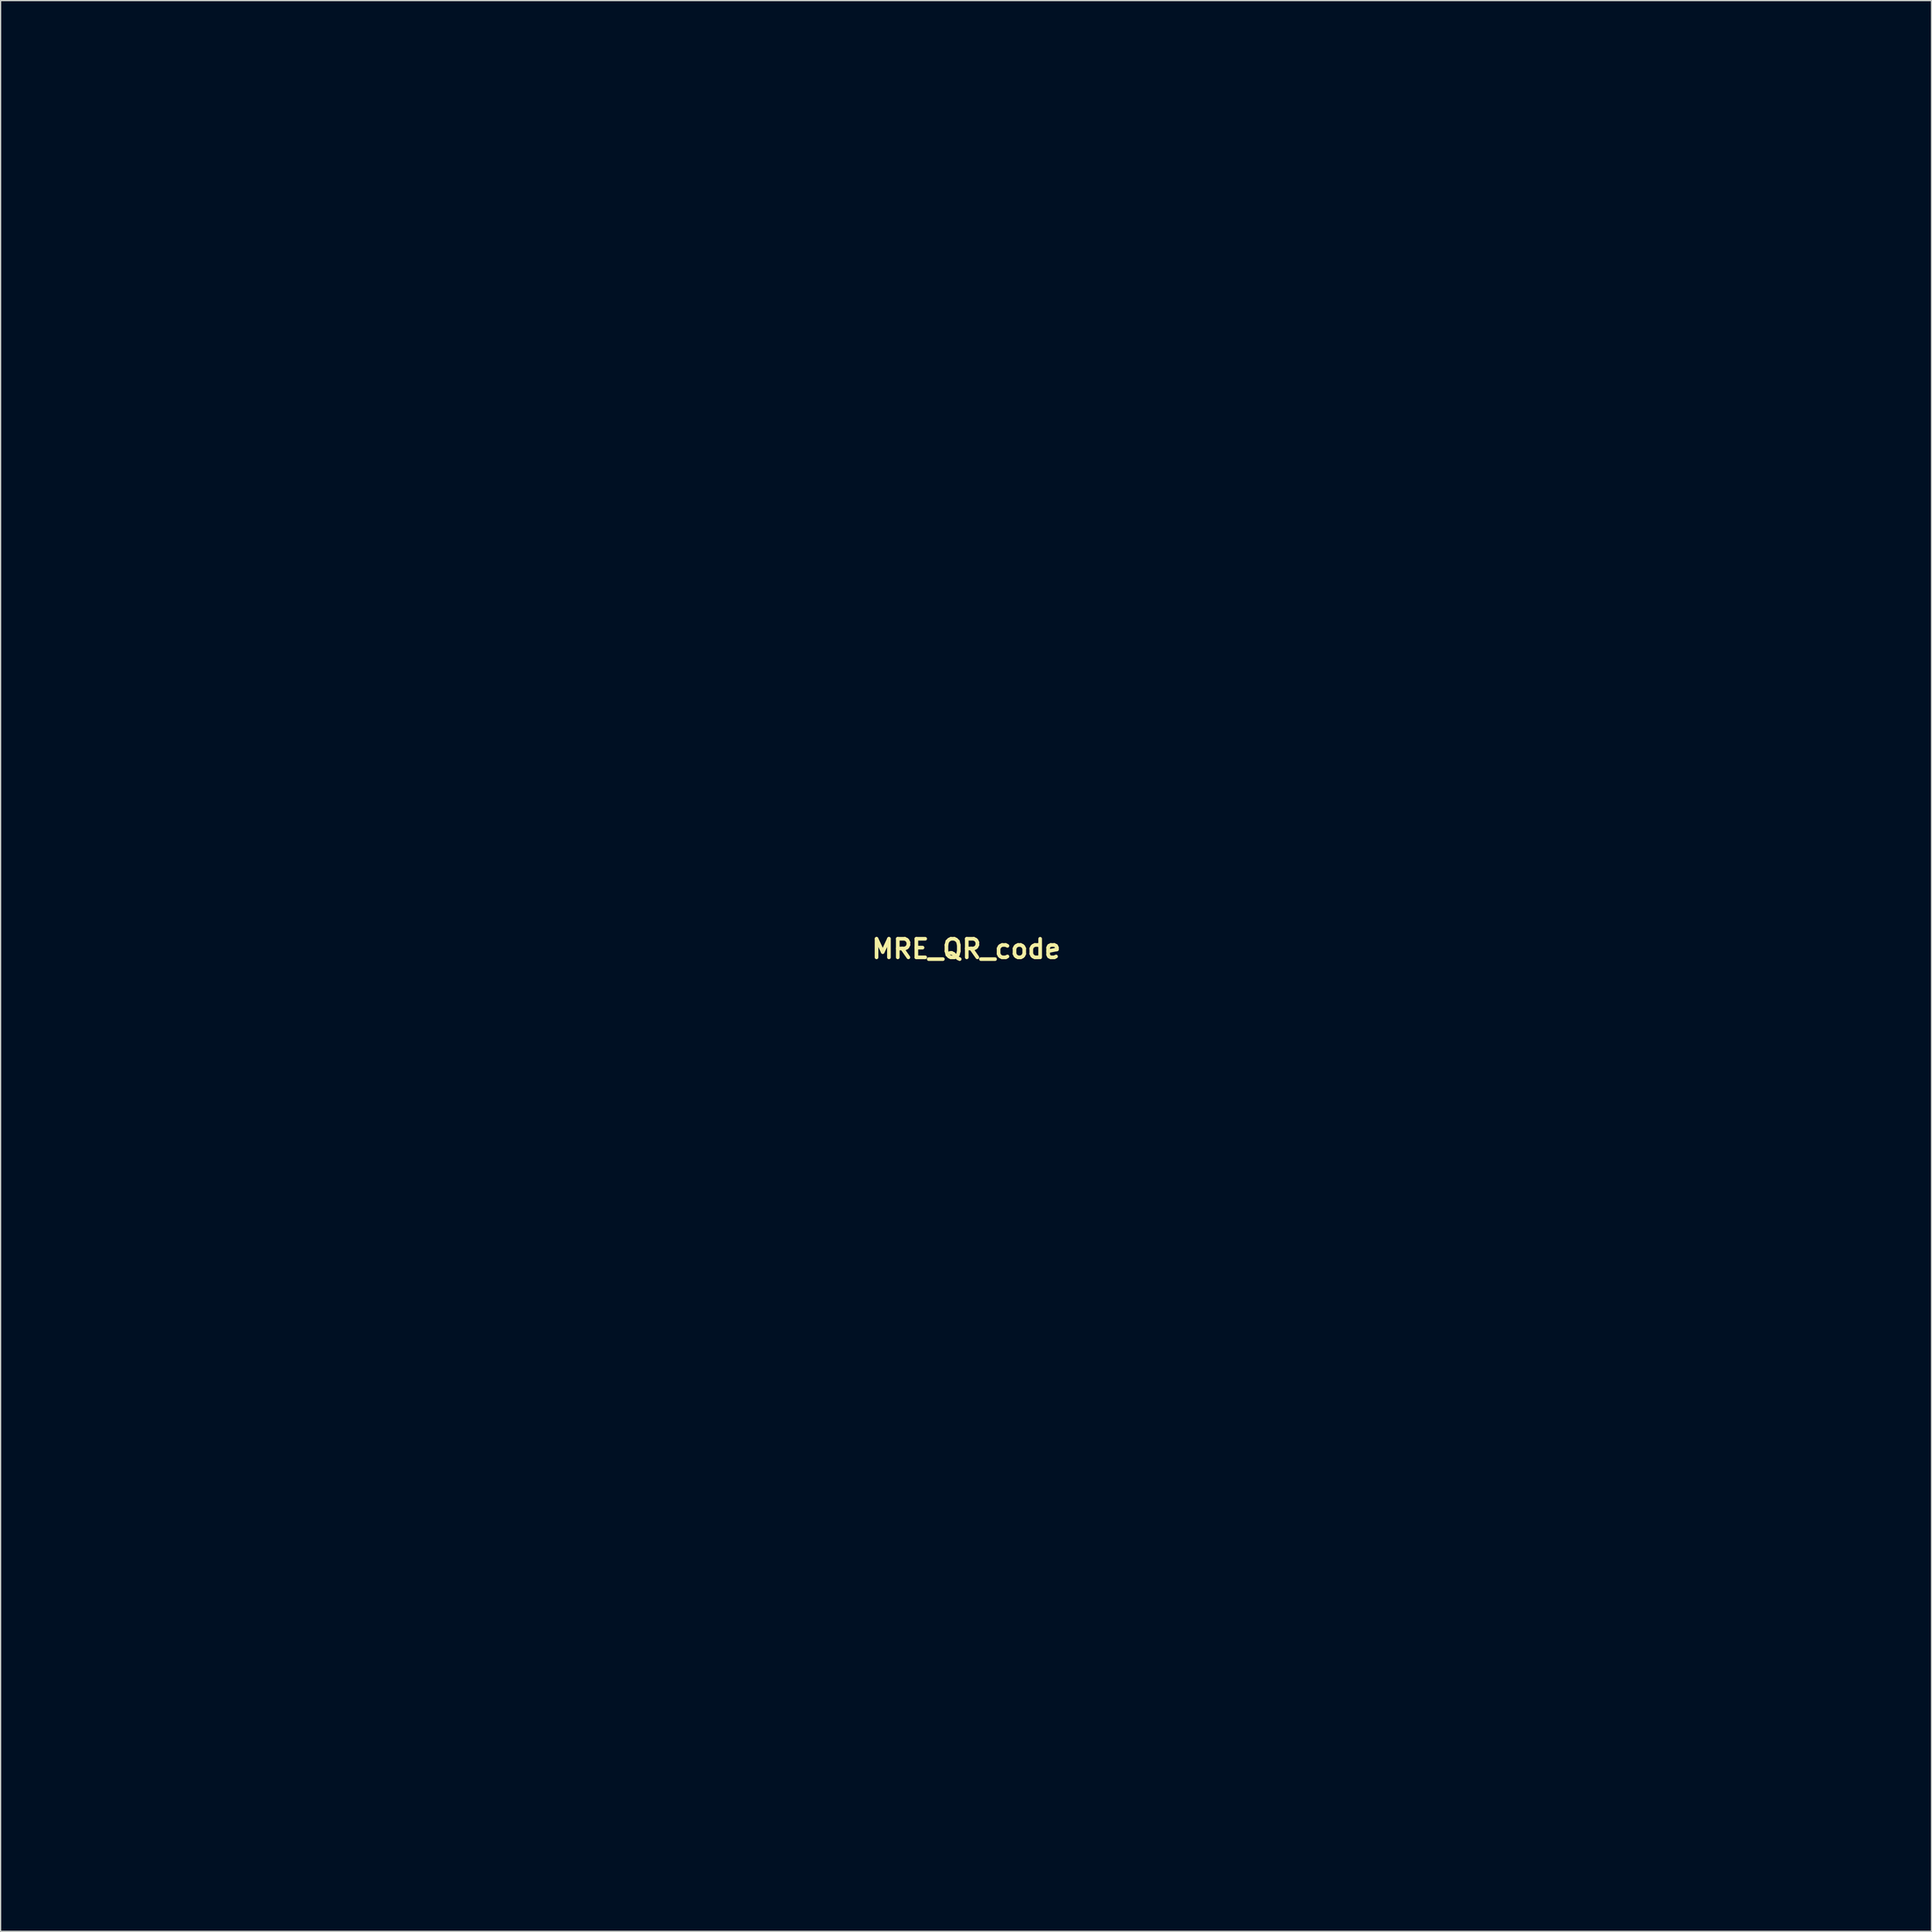
<source format=kicad_pcb>
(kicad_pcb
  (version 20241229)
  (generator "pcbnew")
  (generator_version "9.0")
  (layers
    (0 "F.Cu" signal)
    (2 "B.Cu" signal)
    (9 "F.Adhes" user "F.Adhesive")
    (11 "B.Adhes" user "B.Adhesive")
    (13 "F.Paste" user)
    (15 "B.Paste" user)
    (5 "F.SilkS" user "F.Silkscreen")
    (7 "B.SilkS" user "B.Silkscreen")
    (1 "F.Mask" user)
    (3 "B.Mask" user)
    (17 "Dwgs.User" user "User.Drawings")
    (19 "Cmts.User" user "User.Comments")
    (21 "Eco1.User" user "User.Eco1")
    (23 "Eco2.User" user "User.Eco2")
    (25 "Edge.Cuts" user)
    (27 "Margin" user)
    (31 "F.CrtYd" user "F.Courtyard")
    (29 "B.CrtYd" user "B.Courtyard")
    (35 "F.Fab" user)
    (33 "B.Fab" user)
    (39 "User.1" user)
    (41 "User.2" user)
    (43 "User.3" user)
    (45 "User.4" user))
  (footprint "MRE_QR_code"
    (layer "F.Cu")
    (at 76.249 74.824)
    (property "Reference" "MRE_QR_code" (at 0 0 0) (layer "F.SilkS") (effects (font (size 1.524 1.524) (thickness 0.3))))
    (attr through_hole)
    (fp_poly (pts (xy -57.767 51.234) (xy -49.918 51.329) (xy -49.918 66.851) (xy -57.767 66.946) (xy -65.617 67.041) (xy -65.617 51.139) (xy -57.767 51.234)) (stroke (width 0.01) (type solid)) (fill no) (layer "Eco2.User"))
    (fp_poly (pts (xy -39.511 -38.1) (xy -76.2 -38.1) (xy -76.2 -69.497) (xy -70.908 -69.497) (xy -70.908 -43.392) (xy -44.45 -43.392) (xy -44.45 -69.497) (xy -70.908 -69.497) (xy -76.2 -69.497) (xy -76.2 -74.789) (xy -39.511 -74.789) (xy -39.511 -38.1)) (stroke (width 0.01) (type solid)) (fill no) (layer "Eco2.User"))
    (fp_poly (pts (xy 12.876 40.393) (xy 10.49 40.497) (xy 9.115 40.517) (xy 8.309 40.412) (xy 7.942 40.164) (xy 7.913 40.103) (xy 7.823 39.483) (xy 7.803 38.441) (xy 7.829 37.705) (xy 7.938 35.807) (xy 12.876 35.807) (xy 12.876 40.393)) (stroke (width 0.01) (type solid)) (fill no) (layer "Eco2.User"))
    (fp_poly (pts (xy 76.2 -38.1) (xy 39.511 -38.1) (xy 39.511 -69.497) (xy 44.45 -69.497) (xy 44.45 -43.392) (xy 70.908 -43.392) (xy 70.908 -69.497) (xy 44.45 -69.497) (xy 39.511 -69.497) (xy 39.511 -74.789) (xy 76.2 -74.789) (xy 76.2 -38.1)) (stroke (width 0.01) (type solid)) (fill no) (layer "Eco2.User"))
    (fp_poly (pts (xy -29.104 -38.276) (xy -31.49 -38.172) (xy -32.892 -38.156) (xy -33.709 -38.27) (xy -34.054 -38.531) (xy -34.059 -38.543) (xy -34.12 -39.061) (xy -34.157 -40.134) (xy -34.167 -41.612) (xy -34.147 -43.345) (xy -34.142 -43.587) (xy -34.043 -48.154) (xy -29.104 -48.154) (xy -29.104 -38.276)) (stroke (width 0.01) (type solid)) (fill no) (layer "Eco2.User"))
    (fp_poly (pts (xy -18.521 -38.276) (xy -20.907 -38.172) (xy -22.321 -38.157) (xy -23.143 -38.276) (xy -23.472 -38.534) (xy -23.522 -39.016) (xy -23.557 -40.089) (xy -23.576 -41.64) (xy -23.578 -43.557) (xy -23.562 -45.724) (xy -23.555 -46.223) (xy -23.46 -53.446) (xy -18.521 -53.446) (xy -18.521 -38.276)) (stroke (width 0.01) (type solid)) (fill no) (layer "Eco2.User"))
    (fp_poly (pts (xy 43.283 40.735) (xy 44.481 40.96) (xy 44.377 43.322) (xy 44.274 45.685) (xy 41.911 45.789) (xy 39.549 45.892) (xy 39.357 44.73) (xy 39.255 43.595) (xy 39.278 42.429) (xy 39.41 41.493) (xy 39.586 41.083) (xy 40.189 40.827) (xy 41.217 40.671) (xy 42.394 40.644) (xy 43.283 40.735)) (stroke (width 0.01) (type solid)) (fill no) (layer "Eco2.User"))
    (fp_poly (pts (xy 0.186 -64.137) (xy 2.293 -64.029) (xy 2.293 -59.09) (xy 0.109 -58.986) (xy -1.134 -58.958) (xy -1.866 -59.055) (xy -2.276 -59.32) (xy -2.448 -59.58) (xy -2.741 -60.581) (xy -2.803 -61.831) (xy -2.643 -62.998) (xy -2.371 -63.629) (xy -1.952 -63.985) (xy -1.25 -64.146) (xy -0.073 -64.149) (xy 0.186 -64.137)) (stroke (width 0.01) (type solid)) (fill no) (layer "Eco2.User"))
    (fp_poly (pts (xy -49.742 -56.482) (xy -49.747 -53.922) (xy -49.768 -51.981) (xy -49.81 -50.573) (xy -49.879 -49.611) (xy -49.981 -49.009) (xy -50.123 -48.681) (xy -50.3 -48.545) (xy -50.808 -48.48) (xy -51.908 -48.424) (xy -53.486 -48.378) (xy -55.428 -48.346) (xy -57.619 -48.331) (xy -58.237 -48.331) (xy -65.617 -48.331) (xy -65.617 -64.206) (xy -49.742 -64.206) (xy -49.742 -56.482)) (stroke (width 0.01) (type solid)) (fill no) (layer "Eco2.User"))
    (fp_poly (pts (xy 65.535 -56.356) (xy 65.44 -48.507) (xy 57.833 -48.412) (xy 55.584 -48.395) (xy 53.576 -48.4) (xy 51.915 -48.426) (xy 50.708 -48.471) (xy 50.061 -48.532) (xy 49.984 -48.559) (xy 49.913 -48.968) (xy 49.85 -49.977) (xy 49.799 -51.481) (xy 49.762 -53.375) (xy 49.744 -55.552) (xy 49.742 -56.503) (xy 49.742 -64.206) (xy 65.63 -64.206) (xy 65.535 -56.356)) (stroke (width 0.01) (type solid)) (fill no) (layer "Eco2.User"))
    (fp_poly (pts (xy 0.235 67.097) (xy 2.293 67.204) (xy 2.4 69.465) (xy 2.403 70.927) (xy 2.239 71.771) (xy 2.047 72.017) (xy 1.314 72.225) (xy 0.198 72.295) (xy -0.995 72.233) (xy -1.957 72.046) (xy -2.205 71.938) (xy -2.597 71.501) (xy -2.786 70.668) (xy -2.822 69.699) (xy -2.737 68.37) (xy -2.396 67.562) (xy -1.672 67.166) (xy -0.438 67.073) (xy 0.235 67.097)) (stroke (width 0.01) (type solid)) (fill no) (layer "Eco2.User"))
    (fp_poly (pts (xy 5.324 30.409) (xy 7.585 30.515) (xy 7.693 32.622) (xy 7.712 33.898) (xy 7.58 34.667) (xy 7.26 35.121) (xy 7.184 35.18) (xy 6.342 35.491) (xy 5.152 35.607) (xy 3.944 35.52) (xy 3.087 35.25) (xy 2.69 34.805) (xy 2.505 33.958) (xy 2.475 33.055) (xy 2.529 31.682) (xy 2.775 30.866) (xy 3.354 30.476) (xy 4.408 30.38) (xy 5.324 30.409)) (stroke (width 0.01) (type solid)) (fill no) (layer "Eco2.User"))
    (fp_poly (pts (xy 10.615 -16.863) (xy 12.876 -16.757) (xy 12.983 -14.699) (xy 12.974 -13.381) (xy 12.816 -12.43) (xy 12.675 -12.141) (xy 12.058 -11.832) (xy 11.024 -11.675) (xy 9.848 -11.679) (xy 8.805 -11.85) (xy 8.378 -12.023) (xy 7.982 -12.468) (xy 7.797 -13.314) (xy 7.767 -14.217) (xy 7.82 -15.59) (xy 8.066 -16.406) (xy 8.646 -16.796) (xy 9.7 -16.892) (xy 10.615 -16.863)) (stroke (width 0.01) (type solid)) (fill no) (layer "Eco2.User"))
    (fp_poly (pts (xy 10.615 25.117) (xy 12.876 25.224) (xy 12.983 27.282) (xy 12.974 28.599) (xy 12.816 29.55) (xy 12.675 29.839) (xy 12.065 30.144) (xy 11.036 30.308) (xy 9.862 30.327) (xy 8.818 30.195) (xy 8.184 29.916) (xy 7.941 29.319) (xy 7.803 28.297) (xy 7.778 27.126) (xy 7.872 26.077) (xy 8.063 25.47) (xy 8.557 25.196) (xy 9.625 25.096) (xy 10.615 25.117)) (stroke (width 0.01) (type solid)) (fill no) (layer "Eco2.User"))
    (fp_poly (pts (xy 17.073 40.684) (xy 17.855 41.106) (xy 18.227 41.954) (xy 18.287 43.344) (xy 18.276 43.578) (xy 18.168 45.685) (xy 15.86 45.787) (xy 14.641 45.804) (xy 13.716 45.749) (xy 13.302 45.64) (xy 13.167 45.177) (xy 13.077 44.237) (xy 13.053 43.345) (xy 13.151 41.945) (xy 13.531 41.103) (xy 14.322 40.688) (xy 15.652 40.57) (xy 15.784 40.569) (xy 17.073 40.684)) (stroke (width 0.01) (type solid)) (fill no) (layer "Eco2.User"))
    (fp_poly (pts (xy 52.799 61.806) (xy 54.857 61.913) (xy 54.964 63.971) (xy 54.955 65.288) (xy 54.797 66.239) (xy 54.656 66.528) (xy 54.045 66.833) (xy 53.016 66.997) (xy 51.843 67.015) (xy 50.798 66.883) (xy 50.165 66.604) (xy 49.882 65.952) (xy 49.753 64.902) (xy 49.774 63.729) (xy 49.941 62.706) (xy 50.241 62.114) (xy 50.901 61.885) (xy 52.044 61.791) (xy 52.799 61.806)) (stroke (width 0.01) (type solid)) (fill no) (layer "Eco2.User"))
    (fp_poly (pts (xy 74.46 67.106) (xy 75.411 67.265) (xy 75.701 67.405) (xy 76.005 68.016) (xy 76.169 69.045) (xy 76.188 70.219) (xy 76.056 71.263) (xy 75.777 71.896) (xy 75.18 72.139) (xy 74.159 72.277) (xy 72.987 72.303) (xy 71.939 72.209) (xy 71.331 72.017) (xy 71.057 71.523) (xy 70.957 70.456) (xy 70.978 69.465) (xy 71.085 67.204) (xy 73.143 67.097) (xy 74.46 67.106)) (stroke (width 0.01) (type solid)) (fill no) (layer "Eco2.User"))
    (fp_poly (pts (xy 74.628 -16.857) (xy 75.551 -16.588) (xy 76.033 -15.967) (xy 76.195 -14.901) (xy 76.2 -14.574) (xy 76.11 -13.122) (xy 75.765 -12.235) (xy 75.054 -11.786) (xy 73.868 -11.648) (xy 73.63 -11.647) (xy 72.49 -11.703) (xy 71.61 -11.841) (xy 71.331 -11.944) (xy 71.057 -12.438) (xy 70.957 -13.505) (xy 70.978 -14.496) (xy 71.085 -16.757) (xy 73.143 -16.864) (xy 74.628 -16.857)) (stroke (width 0.01) (type solid)) (fill no) (layer "Eco2.User"))
    (fp_poly (pts (xy 0.186 -16.865) (xy 2.293 -16.757) (xy 2.4 -14.496) (xy 2.403 -13.034) (xy 2.239 -12.19) (xy 2.047 -11.944) (xy 1.238 -11.699) (xy 0.096 -11.642) (xy -1.085 -11.755) (xy -2.007 -12.022) (xy -2.268 -12.196) (xy -2.648 -12.968) (xy -2.808 -14.106) (xy -2.742 -15.303) (xy -2.441 -16.25) (xy -2.371 -16.357) (xy -1.952 -16.713) (xy -1.25 -16.873) (xy -0.073 -16.877) (xy 0.186 -16.865)) (stroke (width 0.01) (type solid)) (fill no) (layer "Eco2.User"))
    (fp_poly (pts (xy 0.186 25.115) (xy 2.293 25.224) (xy 2.4 27.485) (xy 2.403 28.946) (xy 2.239 29.791) (xy 2.047 30.037) (xy 1.238 30.282) (xy 0.096 30.339) (xy -1.085 30.225) (xy -2.007 29.959) (xy -2.268 29.785) (xy -2.648 29.012) (xy -2.808 27.874) (xy -2.742 26.678) (xy -2.441 25.731) (xy -2.371 25.624) (xy -1.952 25.268) (xy -1.25 25.107) (xy -0.073 25.103) (xy 0.186 25.115)) (stroke (width 0.01) (type solid)) (fill no) (layer "Eco2.User"))
    (fp_poly (pts (xy 34.23 -32.735) (xy 34.749 -32.724) (xy 38.982 -32.632) (xy 38.982 -27.693) (xy 34.2 -27.595) (xy 32.429 -27.577) (xy 30.917 -27.594) (xy 29.801 -27.642) (xy 29.219 -27.719) (xy 29.172 -27.742) (xy 29.045 -28.199) (xy 28.956 -29.144) (xy 28.928 -30.215) (xy 28.936 -31.186) (xy 29.027 -31.882) (xy 29.301 -32.345) (xy 29.858 -32.619) (xy 30.798 -32.746) (xy 32.222 -32.771) (xy 34.23 -32.735)) (stroke (width 0.01) (type solid)) (fill no) (layer "Eco2.User"))
    (fp_poly (pts (xy 33.038 -74.659) (xy 33.795 -74.19) (xy 34.15 -73.26) (xy 34.219 -72.143) (xy 34.115 -70.806) (xy 33.716 -70.002) (xy 32.892 -69.606) (xy 31.515 -69.497) (xy 31.444 -69.497) (xy 30.298 -69.535) (xy 29.458 -69.632) (xy 29.163 -69.732) (xy 29.04 -70.184) (xy 28.954 -71.124) (xy 28.928 -72.164) (xy 28.969 -73.464) (xy 29.189 -74.244) (xy 29.73 -74.637) (xy 30.735 -74.774) (xy 31.766 -74.789) (xy 33.038 -74.659)) (stroke (width 0.01) (type solid)) (fill no) (layer "Eco2.User"))
    (fp_poly (pts (xy -23.812 40.393) (xy -26.191 40.497) (xy -27.424 40.57) (xy -28.207 40.749) (xy -28.651 41.172) (xy -28.871 41.975) (xy -28.979 43.295) (xy -29.012 43.921) (xy -29.104 45.685) (xy -31.475 45.789) (xy -32.741 45.827) (xy -33.473 45.769) (xy -33.84 45.57) (xy -34.011 45.183) (xy -34.036 45.083) (xy -34.103 44.42) (xy -34.144 43.226) (xy -34.155 41.672) (xy -34.135 40.04) (xy -34.043 35.807) (xy -23.812 35.807) (xy -23.812 40.393)) (stroke (width 0.01) (type solid)) (fill no) (layer "Eco2.User"))
    (fp_poly (pts (xy 16.852 61.791) (xy 17.688 62.007) (xy 17.921 62.159) (xy 18.166 62.738) (xy 18.319 63.742) (xy 18.344 64.382) (xy 18.266 65.502) (xy 18.066 66.351) (xy 17.921 66.604) (xy 17.287 66.871) (xy 16.242 67.002) (xy 15.067 66.997) (xy 14.044 66.856) (xy 13.476 66.604) (xy 13.233 66.011) (xy 13.088 64.991) (xy 13.056 63.814) (xy 13.148 62.754) (xy 13.267 62.294) (xy 13.719 61.977) (xy 14.628 61.783) (xy 15.752 61.718) (xy 16.852 61.791)) (stroke (width 0.01) (type solid)) (fill no) (layer "Eco2.User"))
    (fp_poly (pts (xy 27.344 -27.434) (xy 28.222 -27.248) (xy 28.504 -27.093) (xy 28.749 -26.514) (xy 28.902 -25.51) (xy 28.928 -24.871) (xy 28.849 -23.751) (xy 28.649 -22.901) (xy 28.504 -22.648) (xy 27.941 -22.43) (xy 26.942 -22.294) (xy 25.773 -22.253) (xy 24.7 -22.318) (xy 24.077 -22.459) (xy 23.79 -22.909) (xy 23.636 -23.816) (xy 23.608 -24.945) (xy 23.703 -26.061) (xy 23.913 -26.928) (xy 24.194 -27.303) (xy 25.058 -27.475) (xy 26.199 -27.515) (xy 27.344 -27.434)) (stroke (width 0.01) (type solid)) (fill no) (layer "Eco2.User"))
    (fp_poly (pts (xy 32.306 -43.319) (xy 33.286 -43.072) (xy 33.665 -42.837) (xy 34.043 -42.069) (xy 34.206 -40.928) (xy 34.14 -39.717) (xy 33.854 -38.782) (xy 33.5 -38.38) (xy 32.866 -38.171) (xy 31.761 -38.102) (xy 31.444 -38.1) (xy 30.298 -38.138) (xy 29.458 -38.235) (xy 29.163 -38.335) (xy 28.992 -38.867) (xy 28.927 -39.839) (xy 28.956 -40.993) (xy 29.071 -42.072) (xy 29.259 -42.821) (xy 29.351 -42.968) (xy 30.048 -43.276) (xy 31.13 -43.39) (xy 32.306 -43.319)) (stroke (width 0.01) (type solid)) (fill no) (layer "Eco2.User"))
    (fp_poly (pts (xy 17.012 19.802) (xy 17.769 19.963) (xy 18.112 20.272) (xy 18.13 20.314) (xy 18.303 21.177) (xy 18.342 22.318) (xy 18.262 23.464) (xy 18.076 24.342) (xy 17.921 24.624) (xy 17.287 24.891) (xy 16.242 25.021) (xy 15.067 25.016) (xy 14.044 24.875) (xy 13.476 24.624) (xy 13.233 24.031) (xy 13.088 23.01) (xy 13.056 21.833) (xy 13.148 20.773) (xy 13.267 20.314) (xy 13.576 19.988) (xy 14.283 19.813) (xy 15.532 19.756) (xy 15.699 19.756) (xy 17.012 19.802)) (stroke (width 0.01) (type solid)) (fill no) (layer "Eco2.User"))
    (fp_poly (pts (xy 9.234 -74.786) (xy 10.728 -74.696) (xy 11.904 -74.552) (xy 12.593 -74.354) (xy 12.675 -74.289) (xy 12.904 -73.63) (xy 12.998 -72.487) (xy 12.983 -71.732) (xy 12.876 -69.674) (xy 8.106 -69.576) (xy 5.923 -69.555) (xy 4.376 -69.599) (xy 3.397 -69.712) (xy 2.916 -69.898) (xy 2.902 -69.911) (xy 2.631 -70.549) (xy 2.497 -71.597) (xy 2.5 -72.774) (xy 2.641 -73.799) (xy 2.893 -74.366) (xy 3.447 -74.57) (xy 4.527 -74.712) (xy 5.964 -74.795) (xy 7.59 -74.819) (xy 9.234 -74.786)) (stroke (width 0.01) (type solid)) (fill no) (layer "Eco2.User"))
    (fp_poly (pts (xy 17.012 -22.179) (xy 17.769 -22.018) (xy 18.112 -21.709) (xy 18.13 -21.667) (xy 18.303 -20.803) (xy 18.342 -19.662) (xy 18.262 -18.517) (xy 18.076 -17.639) (xy 17.921 -17.357) (xy 17.342 -17.112) (xy 16.338 -16.959) (xy 15.699 -16.933) (xy 14.579 -17.012) (xy 13.729 -17.212) (xy 13.476 -17.357) (xy 13.233 -17.95) (xy 13.088 -18.971) (xy 13.056 -20.147) (xy 13.148 -21.207) (xy 13.267 -21.667) (xy 13.576 -21.993) (xy 14.283 -22.168) (xy 15.532 -22.225) (xy 15.699 -22.225) (xy 17.012 -22.179)) (stroke (width 0.01) (type solid)) (fill no) (layer "Eco2.User"))
    (fp_poly (pts (xy 75.169 14.607) (xy 75.708 14.963) (xy 76.016 15.67) (xy 76.158 16.832) (xy 76.198 18.551) (xy 76.2 19.469) (xy 76.17 21.182) (xy 76.09 22.684) (xy 75.971 23.805) (xy 75.835 24.365) (xy 75.449 24.788) (xy 74.751 24.993) (xy 73.63 25.042) (xy 72.492 24.986) (xy 71.616 24.851) (xy 71.339 24.75) (xy 71.15 24.436) (xy 71.029 23.72) (xy 70.97 22.518) (xy 70.967 20.743) (xy 70.986 19.552) (xy 71.085 14.64) (xy 73.143 14.534) (xy 74.335 14.499) (xy 75.169 14.607)) (stroke (width 0.01) (type solid)) (fill no) (layer "Eco2.User"))
    (fp_poly (pts (xy -51.61 -1.283) (xy -50.66 -1.067) (xy -50.299 -0.86) (xy -50.111 -0.329) (xy -49.963 0.731) (xy -49.86 2.145) (xy -49.805 3.739) (xy -49.804 5.337) (xy -49.861 6.764) (xy -49.979 7.844) (xy -50.082 8.257) (xy -50.341 8.773) (xy -50.747 9.048) (xy -51.499 9.156) (xy -52.496 9.172) (xy -53.647 9.135) (xy -54.494 9.038) (xy -54.798 8.937) (xy -54.885 8.515) (xy -54.958 7.526) (xy -55.009 6.11) (xy -55.033 4.404) (xy -55.033 4.041) (xy -55.015 2.005) (xy -54.953 0.572) (xy -54.838 -0.357) (xy -54.659 -0.882) (xy -54.535 -1.033) (xy -53.844 -1.278) (xy -52.77 -1.358) (xy -51.61 -1.283)) (stroke (width 0.01) (type solid)) (fill no) (layer "Eco2.User"))
    (fp_poly (pts (xy 27.135 61.813) (xy 28.082 61.954) (xy 28.412 62.1) (xy 28.714 62.696) (xy 28.929 63.814) (xy 29 64.676) (xy 29.104 66.851) (xy 31.221 66.953) (xy 32.7 67.115) (xy 33.571 67.442) (xy 33.778 67.638) (xy 34.068 68.393) (xy 34.199 69.494) (xy 34.17 70.651) (xy 33.981 71.578) (xy 33.796 71.896) (xy 33.245 72.098) (xy 32.167 72.24) (xy 30.732 72.323) (xy 29.109 72.348) (xy 27.466 72.317) (xy 25.972 72.23) (xy 24.796 72.089) (xy 24.106 71.895) (xy 24.022 71.83) (xy 23.831 71.224) (xy 23.723 69.953) (xy 23.695 68.003) (xy 23.714 66.626) (xy 23.812 61.913) (xy 25.871 61.806) (xy 27.135 61.813)) (stroke (width 0.01) (type solid)) (fill no) (layer "Eco2.User"))
    (fp_poly (pts (xy 69.325 -32.726) (xy 70.203 -32.54) (xy 70.485 -32.385) (xy 70.672 -31.848) (xy 70.808 -30.778) (xy 70.892 -29.346) (xy 70.925 -27.722) (xy 70.905 -26.077) (xy 70.834 -24.582) (xy 70.711 -23.407) (xy 70.536 -22.722) (xy 70.485 -22.648) (xy 69.937 -22.434) (xy 68.957 -22.289) (xy 67.802 -22.225) (xy 66.728 -22.252) (xy 65.992 -22.38) (xy 65.852 -22.46) (xy 65.766 -22.881) (xy 65.694 -23.871) (xy 65.643 -25.296) (xy 65.618 -27.018) (xy 65.617 -27.538) (xy 65.628 -29.517) (xy 65.67 -30.901) (xy 65.754 -31.796) (xy 65.893 -32.312) (xy 66.098 -32.557) (xy 66.175 -32.594) (xy 67.038 -32.767) (xy 68.179 -32.806) (xy 69.325 -32.726)) (stroke (width 0.01) (type solid)) (fill no) (layer "Eco2.User"))
    (fp_poly (pts (xy -39.511 77.611) (xy -57.69 77.611) (xy -61.921 77.608) (xy -65.492 77.596) (xy -68.453 77.576) (xy -70.849 77.546) (xy -72.728 77.505) (xy -74.136 77.451) (xy -75.121 77.384) (xy -75.73 77.302) (xy -76.01 77.205) (xy -76.038 77.17) (xy -76.069 76.741) (xy -76.095 75.674) (xy -76.115 74.039) (xy -76.126 72.328) (xy -70.917 72.328) (xy -57.772 72.236) (xy -44.626 72.143) (xy -44.626 46.038) (xy -70.732 46.038) (xy -70.824 59.183) (xy -70.917 72.328) (xy -76.126 72.328) (xy -76.129 71.903) (xy -76.137 69.334) (xy -76.138 66.402) (xy -76.133 63.174) (xy -76.12 59.719) (xy -76.115 58.737) (xy -76.024 40.746) (xy -57.767 40.654) (xy -39.511 40.563) (xy -39.511 77.611)) (stroke (width 0.01) (type solid)) (fill no) (layer "Eco2.User"))
    (fp_poly (pts (xy -72.956 9.2) (xy -71.938 9.341) (xy -71.334 9.614) (xy -71.324 9.625) (xy -71.104 10.206) (xy -70.923 11.239) (xy -70.84 12.183) (xy -70.732 14.287) (xy -68.627 14.396) (xy -67.418 14.514) (xy -66.467 14.708) (xy -66.07 14.88) (xy -65.786 15.474) (xy -65.641 16.487) (xy -65.636 17.646) (xy -65.77 18.68) (xy -66.043 19.315) (xy -66.07 19.34) (xy -66.65 19.56) (xy -67.684 19.741) (xy -68.627 19.824) (xy -70.732 19.932) (xy -70.824 27.34) (xy -70.861 29.848) (xy -70.907 31.742) (xy -70.97 33.114) (xy -71.058 34.057) (xy -71.18 34.66) (xy -71.342 35.018) (xy -71.509 35.19) (xy -72.372 35.508) (xy -73.59 35.593) (xy -74.85 35.439) (xy -75.406 35.267) (xy -76.2 34.948) (xy -76.2 22.483) (xy -76.193 18.913) (xy -76.171 16) (xy -76.133 13.696) (xy -76.077 11.952) (xy -76.002 10.722) (xy -75.905 9.955) (xy -75.786 9.605) (xy -75.777 9.596) (xy -75.146 9.326) (xy -74.116 9.195) (xy -72.956 9.2)) (stroke (width 0.01) (type solid)) (fill no) (layer "Eco2.User"))
    (fp_poly (pts (xy 6.535 -38.03) (xy 7.262 -37.843) (xy 7.31 -37.816) (xy 7.513 -37.383) (xy 7.667 -36.353) (xy 7.776 -34.687) (xy 7.839 -32.618) (xy 7.938 -27.693) (xy 9.701 -27.601) (xy 11.254 -27.502) (xy 12.233 -27.339) (xy 12.771 -27.02) (xy 13 -26.451) (xy 13.052 -25.542) (xy 13.053 -25.246) (xy 13.048 -24.068) (xy 12.963 -23.244) (xy 12.69 -22.711) (xy 12.122 -22.406) (xy 11.154 -22.265) (xy 9.678 -22.226) (xy 7.943 -22.225) (xy 5.812 -22.248) (xy 4.311 -22.323) (xy 3.368 -22.456) (xy 2.909 -22.653) (xy 2.885 -22.678) (xy 2.665 -23.259) (xy 2.484 -24.292) (xy 2.401 -25.236) (xy 2.293 -27.34) (xy 0.092 -27.445) (xy -1.31 -27.579) (xy -2.154 -27.907) (xy -2.584 -28.563) (xy -2.746 -29.683) (xy -2.764 -30.115) (xy -2.709 -31.416) (xy -2.368 -32.225) (xy -1.613 -32.664) (xy -0.317 -32.856) (xy 0.092 -32.88) (xy 2.293 -32.985) (xy 2.471 -35.101) (xy 2.611 -36.31) (xy 2.792 -37.259) (xy 2.933 -37.659) (xy 3.424 -37.901) (xy 4.359 -38.049) (xy 5.482 -38.095) (xy 6.535 -38.03)) (stroke (width 0.01) (type solid)) (fill no) (layer "Eco2.User"))
    (fp_poly (pts (xy -10.466 -43.386) (xy -9.229 -43.302) (xy -8.459 -42.968) (xy -8.028 -42.247) (xy -7.807 -41.001) (xy -7.761 -40.494) (xy -7.585 -38.276) (xy -5.997 -38.183) (xy -4.495 -38.078) (xy -3.562 -37.9) (xy -3.063 -37.533) (xy -2.861 -36.861) (xy -2.822 -35.769) (xy -2.822 -35.468) (xy -2.863 -34.274) (xy -2.971 -33.389) (xy -3.108 -33.026) (xy -3.586 -32.924) (xy -4.551 -32.833) (xy -5.665 -32.777) (xy -7.938 -32.704) (xy -7.819 -30.85) (xy -7.805 -29.292) (xy -8.069 -28.298) (xy -8.705 -27.753) (xy -9.81 -27.537) (xy -10.537 -27.517) (xy -11.682 -27.554) (xy -12.522 -27.652) (xy -12.818 -27.752) (xy -12.887 -28.16) (xy -12.949 -29.166) (xy -12.999 -30.664) (xy -13.034 -32.547) (xy -13.052 -34.709) (xy -13.053 -35.475) (xy -13.054 -37.924) (xy -8.114 -37.924) (xy -7.938 -37.747) (xy -7.761 -37.924) (xy -7.938 -38.1) (xy -8.114 -37.924) (xy -13.054 -37.924) (xy -13.054 -38.036) (xy -13.038 -39.977) (xy -12.978 -41.383) (xy -12.846 -42.34) (xy -12.613 -42.934) (xy -12.252 -43.251) (xy -11.735 -43.375) (xy -11.033 -43.392) (xy -10.466 -43.386)) (stroke (width 0.01) (type solid)) (fill no) (layer "Eco2.User"))
    (fp_poly (pts (xy 10.615 67.098) (xy 12.876 67.204) (xy 12.969 68.968) (xy 13.031 70.269) (xy 13.133 71.182) (xy 13.382 71.776) (xy 13.888 72.119) (xy 14.76 72.278) (xy 16.105 72.322) (xy 18.034 72.32) (xy 18.313 72.319) (xy 20.353 72.322) (xy 21.792 72.368) (xy 22.734 72.512) (xy 23.285 72.811) (xy 23.549 73.321) (xy 23.632 74.096) (xy 23.636 75.158) (xy 23.566 76.305) (xy 23.31 76.957) (xy 22.954 77.246) (xy 22.376 77.362) (xy 21.151 77.459) (xy 19.333 77.533) (xy 16.982 77.584) (xy 14.153 77.609) (xy 12.925 77.611) (xy 10.057 77.606) (xy 7.814 77.588) (xy 6.114 77.553) (xy 4.877 77.496) (xy 4.022 77.413) (xy 3.469 77.298) (xy 3.135 77.148) (xy 3.024 77.057) (xy 2.633 76.276) (xy 2.47 75.076) (xy 2.469 74.969) (xy 2.516 73.621) (xy 2.752 72.829) (xy 3.327 72.447) (xy 4.386 72.327) (xy 5.115 72.319) (xy 6.438 72.277) (xy 7.226 72.052) (xy 7.617 71.502) (xy 7.751 70.479) (xy 7.767 69.557) (xy 7.826 68.276) (xy 8.086 67.515) (xy 8.689 67.154) (xy 9.775 67.07) (xy 10.615 67.098)) (stroke (width 0.01) (type solid)) (fill no) (layer "Eco2.User"))
    (fp_poly (pts (xy 21.543 -43.35) (xy 22.557 -43.169) (xy 23.026 -42.951) (xy 23.431 -42.315) (xy 23.66 -41.106) (xy 23.711 -40.393) (xy 23.812 -38.276) (xy 25.917 -38.168) (xy 27.126 -38.05) (xy 28.077 -37.855) (xy 28.475 -37.684) (xy 28.725 -37.133) (xy 28.878 -36.148) (xy 28.922 -34.997) (xy 28.848 -33.945) (xy 28.649 -33.268) (xy 28.174 -33.031) (xy 27.202 -32.838) (xy 26.096 -32.739) (xy 23.812 -32.632) (xy 23.72 -30.868) (xy 23.658 -29.567) (xy 23.556 -28.654) (xy 23.307 -28.06) (xy 22.801 -27.717) (xy 21.929 -27.558) (xy 20.584 -27.514) (xy 18.655 -27.516) (xy 18.375 -27.517) (xy 16.384 -27.528) (xy 14.99 -27.569) (xy 14.085 -27.652) (xy 13.561 -27.788) (xy 13.309 -27.99) (xy 13.267 -28.075) (xy 13.091 -28.945) (xy 13.052 -30.079) (xy 13.136 -31.215) (xy 13.327 -32.088) (xy 13.506 -32.392) (xy 14.087 -32.613) (xy 15.12 -32.794) (xy 16.064 -32.877) (xy 18.168 -32.985) (xy 18.267 -37.724) (xy 18.335 -39.651) (xy 18.445 -41.241) (xy 18.586 -42.372) (xy 18.747 -42.922) (xy 18.751 -42.927) (xy 19.363 -43.228) (xy 20.386 -43.369) (xy 21.543 -43.35)) (stroke (width 0.01) (type solid)) (fill no) (layer "Eco2.User"))
    (fp_poly (pts (xy 11.385 45.911) (xy 12.311 46.1) (xy 12.629 46.284) (xy 12.788 46.697) (xy 12.906 47.608) (xy 12.988 49.071) (xy 13.036 51.133) (xy 13.053 53.848) (xy 13.053 54.039) (xy 13.059 56.546) (xy 13.053 58.436) (xy 12.995 59.799) (xy 12.849 60.721) (xy 12.575 61.293) (xy 12.136 61.601) (xy 11.494 61.735) (xy 10.611 61.784) (xy 9.701 61.82) (xy 7.938 61.913) (xy 7.83 64.196) (xy 7.713 65.436) (xy 7.512 66.36) (xy 7.301 66.749) (xy 6.6 66.953) (xy 5.539 67.025) (xy 4.385 66.974) (xy 3.405 66.813) (xy 2.876 66.564) (xy 2.715 66.03) (xy 2.573 64.912) (xy 2.462 63.333) (xy 2.393 61.413) (xy 2.392 61.36) (xy 2.293 56.621) (xy 0.176 56.519) (xy -1.303 56.357) (xy -2.174 56.03) (xy -2.381 55.835) (xy -2.674 55.08) (xy -2.804 53.992) (xy -2.772 52.847) (xy -2.581 51.923) (xy -2.358 51.559) (xy -1.824 51.398) (xy -0.707 51.257) (xy 0.873 51.145) (xy 2.793 51.076) (xy 2.845 51.075) (xy 7.585 50.976) (xy 7.686 48.86) (xy 7.848 47.381) (xy 8.175 46.51) (xy 8.371 46.302) (xy 9.127 46.013) (xy 10.227 45.882) (xy 11.385 45.911)) (stroke (width 0.01) (type solid)) (fill no) (layer "Eco2.User"))
    (fp_poly (pts (xy 61.757 19.757) (xy 63.249 19.836) (xy 64.426 19.968) (xy 65.12 20.153) (xy 65.21 20.22) (xy 65.371 20.754) (xy 65.513 21.871) (xy 65.624 23.451) (xy 65.693 25.37) (xy 65.694 25.423) (xy 65.793 30.163) (xy 68.077 30.27) (xy 69.321 30.388) (xy 70.242 30.589) (xy 70.622 30.799) (xy 70.724 31.307) (xy 70.801 32.346) (xy 70.852 33.745) (xy 70.876 35.329) (xy 70.872 36.925) (xy 70.838 38.36) (xy 70.774 39.46) (xy 70.68 40.049) (xy 70.242 40.338) (xy 69.346 40.521) (xy 68.221 40.595) (xy 67.099 40.557) (xy 66.212 40.401) (xy 65.792 40.128) (xy 65.688 39.546) (xy 65.588 38.526) (xy 65.538 37.747) (xy 65.44 35.807) (xy 63.253 35.631) (xy 62.043 35.483) (xy 61.108 35.277) (xy 60.706 35.095) (xy 60.566 34.625) (xy 60.437 33.592) (xy 60.33 32.137) (xy 60.258 30.403) (xy 60.248 29.979) (xy 60.149 25.224) (xy 58.044 25.116) (xy 56.835 24.997) (xy 55.884 24.803) (xy 55.487 24.631) (xy 55.209 24.045) (xy 55.064 23.036) (xy 55.054 21.876) (xy 55.181 20.837) (xy 55.446 20.19) (xy 55.457 20.179) (xy 56 19.983) (xy 57.071 19.844) (xy 58.499 19.76) (xy 60.117 19.731) (xy 61.757 19.757)) (stroke (width 0.01) (type solid)) (fill no) (layer "Eco2.User"))
    (fp_poly (pts (xy -1.3 35.705) (xy 0.328 35.738) (xy 1.499 35.792) (xy 2.105 35.863) (xy 2.16 35.888) (xy 2.309 36.358) (xy 2.433 37.318) (xy 2.501 38.453) (xy 2.574 40.746) (xy 4.428 40.627) (xy 5.985 40.612) (xy 6.977 40.875) (xy 7.523 41.511) (xy 7.739 42.619) (xy 7.761 43.383) (xy 7.715 44.528) (xy 7.596 45.357) (xy 7.467 45.648) (xy 7.025 45.717) (xy 6.013 45.782) (xy 4.569 45.836) (xy 2.828 45.873) (xy 2.23 45.88) (xy -2.713 45.93) (xy -2.788 48.277) (xy -2.86 49.506) (xy -2.977 50.442) (xy -3.107 50.868) (xy -3.562 51.004) (xy -4.51 51.119) (xy -5.644 51.185) (xy -7.938 51.257) (xy -7.819 53.111) (xy -7.805 54.669) (xy -8.069 55.663) (xy -8.705 56.209) (xy -9.81 56.424) (xy -10.537 56.444) (xy -11.682 56.407) (xy -12.522 56.309) (xy -12.818 56.209) (xy -12.903 55.789) (xy -12.975 54.798) (xy -13.026 53.373) (xy -13.051 51.648) (xy -13.053 51.101) (xy -13.053 46.227) (xy -12.184 46.009) (xy -11.31 45.903) (xy -10.11 45.888) (xy -9.569 45.914) (xy -7.823 46.038) (xy -7.837 40.746) (xy -2.822 40.746) (xy -2.646 40.922) (xy -2.469 40.746) (xy -2.646 40.569) (xy -2.822 40.746) (xy -7.837 40.746) (xy -10.357 40.569) (xy -12.876 40.393) (xy -12.876 35.807) (xy -5.493 35.711) (xy -3.276 35.695) (xy -1.3 35.705)) (stroke (width 0.01) (type solid)) (fill no) (layer "Eco2.User"))
    (fp_poly (pts (xy 2.112 -53.551) (xy 4.153 -53.529) (xy 5.78 -53.492) (xy 6.901 -53.44) (xy 7.425 -53.376) (xy 7.448 -53.363) (xy 7.597 -52.894) (xy 7.725 -51.935) (xy 7.801 -50.8) (xy 7.89 -48.507) (xy 13.029 -48.331) (xy 18.168 -48.154) (xy 18.168 -43.568) (xy 15.789 -43.464) (xy 14.556 -43.391) (xy 13.774 -43.212) (xy 13.329 -42.79) (xy 13.11 -41.987) (xy 13.002 -40.666) (xy 12.969 -40.04) (xy 12.876 -38.276) (xy 7.938 -38.276) (xy 7.845 -40.04) (xy 7.75 -41.604) (xy 7.588 -42.591) (xy 7.248 -43.13) (xy 7.005 -43.215) (xy 7.761 -43.215) (xy 7.938 -43.039) (xy 8.114 -43.215) (xy 7.938 -43.392) (xy 7.761 -43.215) (xy 7.005 -43.215) (xy 6.621 -43.349) (xy 5.597 -43.375) (xy 4.981 -43.358) (xy 2.577 -43.288) (xy 2.503 -40.979) (xy 2.439 -39.752) (xy 2.346 -38.812) (xy 2.251 -38.385) (xy 1.831 -38.233) (xy 0.922 -38.129) (xy -0.008 -38.1) (xy -1.233 -38.14) (xy -1.952 -38.299) (xy -2.362 -38.636) (xy -2.488 -38.84) (xy -2.695 -39.613) (xy -2.781 -40.76) (xy -2.765 -41.433) (xy -2.646 -43.287) (xy -4.939 -43.36) (xy -6.154 -43.432) (xy -7.074 -43.55) (xy -7.476 -43.676) (xy -7.612 -44.131) (xy -7.727 -45.08) (xy -7.795 -46.25) (xy -7.867 -48.507) (xy -2.822 -48.507) (xy -2.646 -48.331) (xy -2.469 -48.507) (xy 2.469 -48.507) (xy 2.646 -48.331) (xy 2.822 -48.507) (xy 2.646 -48.683) (xy 2.469 -48.507) (xy -2.469 -48.507) (xy -2.646 -48.683) (xy -2.822 -48.507) (xy -7.867 -48.507) (xy -7.869 -48.578) (xy -9.247 -48.419) (xy -10.531 -48.373) (xy -11.78 -48.477) (xy -11.855 -48.491) (xy -13.084 -48.721) (xy -12.98 -51.084) (xy -12.876 -53.446) (xy -2.845 -53.54) (xy -0.251 -53.555) (xy 2.112 -53.551)) (stroke (width 0.01) (type solid)) (fill no) (layer "Eco2.User"))
    (fp_poly (pts (xy 69.577 -6.308) (xy 70.369 -6.085) (xy 70.763 -5.536) (xy 70.899 -4.517) (xy 70.914 -3.587) (xy 70.969 -2.529) (xy 71.103 -1.762) (xy 71.178 -1.587) (xy 71.647 -1.395) (xy 72.591 -1.263) (xy 73.485 -1.225) (xy 74.893 -1.135) (xy 75.684 -0.87) (xy 75.854 -0.696) (xy 76.002 -0.104) (xy 76.103 1.003) (xy 76.158 2.45) (xy 76.169 4.063) (xy 76.137 5.67) (xy 76.062 7.096) (xy 75.947 8.167) (xy 75.792 8.71) (xy 75.789 8.713) (xy 75.387 8.919) (xy 74.53 9.059) (xy 73.139 9.141) (xy 71.134 9.172) (xy 70.748 9.172) (xy 69.001 9.155) (xy 67.515 9.109) (xy 66.43 9.04) (xy 65.884 8.955) (xy 65.852 8.937) (xy 65.724 8.481) (xy 65.638 7.549) (xy 65.617 6.687) (xy 65.531 5.35) (xy 65.296 4.48) (xy 65.152 4.287) (xy 64.619 4.126) (xy 64.074 4.057) (xy 70.556 4.057) (xy 70.732 4.233) (xy 70.908 4.057) (xy 70.732 3.881) (xy 70.556 4.057) (xy 64.074 4.057) (xy 63.501 3.984) (xy 61.922 3.873) (xy 60.002 3.804) (xy 59.949 3.803) (xy 55.21 3.704) (xy 55.118 1.94) (xy 55.022 0.4) (xy 54.855 -0.572) (xy 54.504 -1.115) (xy 53.856 -1.366) (xy 52.797 -1.461) (xy 52.297 -1.483) (xy 49.918 -1.587) (xy 49.807 -3.147) (xy 49.784 -4.32) (xy 49.863 -5.328) (xy 49.904 -5.538) (xy 50.004 -5.864) (xy 50.188 -6.089) (xy 50.569 -6.228) (xy 51.258 -6.298) (xy 52.368 -6.314) (xy 54.012 -6.293) (xy 55.131 -6.271) (xy 60.149 -6.174) (xy 60.325 -3.881) (xy 60.501 -1.587) (xy 63.007 -1.411) (xy 65.512 -1.235) (xy 70.556 -1.235) (xy 70.732 -1.058) (xy 70.908 -1.235) (xy 70.732 -1.411) (xy 70.556 -1.235) (xy 65.512 -1.235) (xy 65.585 -3.507) (xy 65.649 -4.725) (xy 65.742 -5.654) (xy 65.835 -6.065) (xy 66.253 -6.213) (xy 67.169 -6.316) (xy 68.246 -6.35) (xy 69.577 -6.308)) (stroke (width 0.01) (type solid)) (fill no) (layer "Eco2.User"))
    (fp_poly (pts (xy 69.192 61.861) (xy 70.164 62.006) (xy 70.419 62.122) (xy 70.723 62.732) (xy 70.883 63.756) (xy 70.896 64.923) (xy 70.761 65.96) (xy 70.474 66.595) (xy 70.455 66.612) (xy 69.875 66.832) (xy 68.841 67.014) (xy 67.898 67.096) (xy 65.793 67.204) (xy 65.698 71.967) (xy 65.646 73.948) (xy 65.571 75.34) (xy 65.458 76.259) (xy 65.291 76.819) (xy 65.055 77.137) (xy 65.008 77.174) (xy 64.693 77.289) (xy 64.051 77.383) (xy 63.028 77.457) (xy 61.572 77.513) (xy 59.63 77.551) (xy 57.148 77.574) (xy 54.075 77.583) (xy 50.357 77.579) (xy 49.757 77.577) (xy 46.598 77.564) (xy 43.652 77.545) (xy 40.995 77.519) (xy 38.703 77.49) (xy 36.852 77.457) (xy 35.519 77.421) (xy 34.78 77.385) (xy 34.66 77.367) (xy 34.44 76.959) (xy 34.29 76.08) (xy 34.216 74.965) (xy 34.225 73.845) (xy 34.298 73.201) (xy 39.158 73.201) (xy 39.335 73.378) (xy 39.511 73.201) (xy 39.335 73.025) (xy 39.158 73.201) (xy 34.298 73.201) (xy 34.326 72.955) (xy 34.513 72.532) (xy 34.956 72.463) (xy 35.967 72.398) (xy 37.41 72.345) (xy 39.148 72.308) (xy 39.717 72.301) (xy 44.626 72.252) (xy 44.503 70.509) (xy 44.474 69.281) (xy 44.544 68.207) (xy 44.602 67.881) (xy 44.762 67.412) (xy 45.059 67.158) (xy 45.665 67.065) (xy 46.753 67.081) (xy 47.195 67.1) (xy 49.565 67.204) (xy 49.673 69.309) (xy 49.792 70.518) (xy 49.986 71.469) (xy 50.158 71.866) (xy 50.75 72.144) (xy 51.866 72.298) (xy 52.569 72.319) (xy 53.825 72.268) (xy 54.562 72.015) (xy 54.917 71.414) (xy 55.027 70.317) (xy 55.033 69.674) (xy 55.079 68.333) (xy 55.313 67.543) (xy 55.882 67.159) (xy 56.934 67.037) (xy 57.71 67.028) (xy 58.88 67.007) (xy 59.625 66.859) (xy 60.052 66.449) (xy 60.266 65.648) (xy 60.375 64.322) (xy 60.409 63.676) (xy 60.501 61.913) (xy 65.215 61.814) (xy 67.547 61.797) (xy 69.192 61.861)) (stroke (width 0.01) (type solid)) (fill no) (layer "Eco2.User"))
    (fp_poly (pts (xy -19.409 51.312) (xy -18.773 51.593) (xy -18.751 51.617) (xy -18.59 52.151) (xy -18.448 53.268) (xy -18.337 54.848) (xy -18.268 56.768) (xy -18.267 56.82) (xy -18.168 61.56) (xy -13.406 61.654) (xy -11.295 61.712) (xy -9.788 61.821) (xy -8.784 62.029) (xy -8.18 62.387) (xy -7.877 62.943) (xy -7.771 63.746) (xy -7.761 64.382) (xy -7.873 65.66) (xy -8.292 66.462) (xy -9.142 66.902) (xy -10.547 67.091) (xy -10.76 67.103) (xy -12.876 67.204) (xy -13.053 72.069) (xy -13.144 74.128) (xy -13.253 75.581) (xy -13.394 76.528) (xy -13.579 77.068) (xy -13.758 77.267) (xy -14.389 77.436) (xy -15.533 77.548) (xy -17.009 77.604) (xy -18.638 77.607) (xy -20.238 77.557) (xy -21.631 77.458) (xy -22.635 77.311) (xy -23.026 77.17) (xy -23.431 76.534) (xy -23.66 75.325) (xy -23.711 74.612) (xy -23.812 72.496) (xy -28.751 72.496) (xy -28.853 74.612) (xy -29.015 76.092) (xy -29.342 76.963) (xy -29.538 77.17) (xy -30.349 77.474) (xy -31.516 77.587) (xy -32.711 77.506) (xy -33.602 77.23) (xy -33.766 77.091) (xy -33.898 76.837) (xy -34.002 76.399) (xy -34.081 75.706) (xy -34.138 74.688) (xy -34.177 73.276) (xy -34.202 71.399) (xy -34.214 68.988) (xy -34.218 66.851) (xy -13.406 66.851) (xy -13.229 67.028) (xy -13.053 66.851) (xy -13.229 66.675) (xy -13.406 66.851) (xy -34.218 66.851) (xy -34.219 65.972) (xy -34.219 64.435) (xy -34.213 60.869) (xy -34.191 57.96) (xy -34.153 55.66) (xy -34.096 53.92) (xy -34.021 52.694) (xy -33.924 51.931) (xy -33.804 51.585) (xy -33.796 51.576) (xy -33.166 51.306) (xy -32.135 51.175) (xy -30.975 51.181) (xy -29.958 51.321) (xy -29.353 51.595) (xy -29.344 51.606) (xy -29.123 52.187) (xy -28.942 53.22) (xy -28.859 54.164) (xy -28.751 56.268) (xy -23.812 56.268) (xy -23.704 54.164) (xy -23.586 52.954) (xy -23.392 52.003) (xy -23.22 51.606) (xy -22.622 51.319) (xy -21.606 51.175) (xy -20.444 51.173) (xy -19.409 51.312)) (stroke (width 0.01) (type solid)) (fill no) (layer "Eco2.User"))
    (fp_poly (pts (xy -24.718 -74.642) (xy -24.071 -74.376) (xy -24.059 -74.366) (xy -23.844 -73.768) (xy -23.705 -72.48) (xy -23.641 -70.496) (xy -23.636 -69.632) (xy -23.619 -67.915) (xy -23.573 -66.426) (xy -23.505 -65.322) (xy -23.422 -64.764) (xy -23.422 -64.764) (xy -23.084 -64.42) (xy -22.314 -64.249) (xy -21.217 -64.211) (xy -20.045 -64.259) (xy -19.14 -64.377) (xy -18.804 -64.485) (xy -18.567 -64.959) (xy -18.374 -65.931) (xy -18.275 -67.037) (xy -18.168 -69.321) (xy -13.335 -69.419) (xy -11.289 -69.453) (xy -9.84 -69.428) (xy -8.881 -69.295) (xy -8.303 -69.006) (xy -8 -68.514) (xy -7.863 -67.771) (xy -7.8 -66.963) (xy -7.824 -65.651) (xy -8.187 -64.818) (xy -9 -64.354) (xy -10.377 -64.151) (xy -10.675 -64.134) (xy -12.876 -64.029) (xy -12.971 -59.267) (xy -13.024 -57.282) (xy -13.099 -55.887) (xy -13.214 -54.968) (xy -13.381 -54.408) (xy -13.618 -54.093) (xy -13.656 -54.063) (xy -14.408 -53.774) (xy -15.493 -53.643) (xy -16.636 -53.67) (xy -17.56 -53.854) (xy -17.929 -54.075) (xy -18.149 -54.656) (xy -18.33 -55.689) (xy -18.413 -56.633) (xy -18.521 -58.737) (xy -23.46 -58.737) (xy -23.568 -56.633) (xy -23.686 -55.424) (xy -23.881 -54.473) (xy -24.052 -54.075) (xy -24.56 -53.879) (xy -25.604 -53.734) (xy -27.015 -53.641) (xy -28.625 -53.601) (xy -30.266 -53.615) (xy -31.77 -53.682) (xy -32.968 -53.803) (xy -33.693 -53.979) (xy -33.796 -54.046) (xy -34.039 -54.639) (xy -34.184 -55.659) (xy -34.216 -56.836) (xy -34.124 -57.896) (xy -34.005 -58.356) (xy -33.7 -58.68) (xy -33.001 -58.855) (xy -31.765 -58.913) (xy -31.543 -58.914) (xy -30.27 -58.962) (xy -29.476 -59.193) (xy -29.064 -59.734) (xy -28.935 -60.717) (xy -28.993 -62.269) (xy -28.994 -62.289) (xy -29.104 -64.029) (xy -31.209 -64.137) (xy -32.418 -64.256) (xy -33.369 -64.45) (xy -33.766 -64.621) (xy -34.043 -65.201) (xy -34.2 -66.257) (xy -34.219 -66.851) (xy -34.134 -68.053) (xy -33.908 -68.884) (xy -33.766 -69.081) (xy -33.186 -69.302) (xy -32.152 -69.483) (xy -31.209 -69.566) (xy -29.104 -69.674) (xy -28.996 -71.778) (xy -28.878 -72.987) (xy -28.683 -73.938) (xy -28.512 -74.336) (xy -27.925 -74.614) (xy -26.916 -74.758) (xy -25.757 -74.768) (xy -24.718 -74.642)) (stroke (width 0.01) (type solid)) (fill no) (layer "Eco2.User"))
    (fp_poly (pts (xy -59.038 9.148) (xy -57.543 9.212) (xy -56.349 9.335) (xy -55.622 9.517) (xy -55.495 9.613) (xy -55.377 10.114) (xy -55.255 11.175) (xy -55.142 12.652) (xy -55.05 14.4) (xy -55.033 14.817) (xy -54.857 19.579) (xy -52.656 19.684) (xy -51.192 19.847) (xy -50.297 20.253) (xy -49.858 21.029) (xy -49.764 22.305) (xy -49.798 22.982) (xy -49.837 23.919) (xy -49.711 24.51) (xy -49.29 24.846) (xy -48.445 25.017) (xy -47.046 25.115) (xy -46.743 25.131) (xy -44.979 25.224) (xy -44.803 27.718) (xy -44.626 30.212) (xy -42.342 30.304) (xy -41.124 30.375) (xy -40.195 30.472) (xy -39.785 30.564) (xy -39.591 31.027) (xy -39.508 31.942) (xy -39.524 33.065) (xy -39.632 34.154) (xy -39.819 34.965) (xy -39.972 35.221) (xy -40.477 35.359) (xy -41.515 35.471) (xy -42.913 35.553) (xy -44.497 35.6) (xy -46.096 35.611) (xy -47.537 35.582) (xy -48.647 35.509) (xy -49.219 35.403) (xy -49.529 35.064) (xy -49.695 34.265) (xy -49.742 32.954) (xy -49.79 31.681) (xy -50.02 30.887) (xy -50.562 30.475) (xy -51.545 30.346) (xy -53.097 30.404) (xy -53.116 30.405) (xy -54.857 30.515) (xy -54.962 32.735) (xy -55.049 33.971) (xy -55.21 34.689) (xy -55.518 35.078) (xy -55.955 35.293) (xy -57.223 35.582) (xy -58.523 35.58) (xy -59.548 35.295) (xy -59.715 35.19) (xy -60.119 34.554) (xy -60.349 33.345) (xy -60.4 32.632) (xy -60.501 30.515) (xy -62.676 30.411) (xy -63.989 30.274) (xy -64.42 30.163) (xy -55.386 30.163) (xy -55.21 30.339) (xy -55.033 30.163) (xy -55.21 29.986) (xy -50.094 29.986) (xy -49.965 30.276) (xy -49.859 30.221) (xy -49.817 29.803) (xy -49.859 29.751) (xy -50.069 29.799) (xy -50.094 29.986) (xy -55.21 29.986) (xy -55.386 30.163) (xy -64.42 30.163) (xy -64.926 30.031) (xy -65.245 29.833) (xy -65.424 29.225) (xy -65.529 27.939) (xy -65.557 26.002) (xy -65.539 24.646) (xy -65.44 19.932) (xy -63.676 19.84) (xy -62.125 19.744) (xy -61.146 19.58) (xy -60.608 19.242) (xy -60.378 18.622) (xy -60.326 17.613) (xy -60.325 17.11) (xy -60.345 15.926) (xy -60.492 15.172) (xy -60.898 14.74) (xy -61.696 14.524) (xy -63.017 14.415) (xy -63.676 14.38) (xy -65.44 14.287) (xy -65.547 12.229) (xy -65.538 10.912) (xy -65.38 9.961) (xy -65.239 9.672) (xy -64.721 9.457) (xy -63.676 9.297) (xy -62.271 9.191) (xy -60.669 9.141) (xy -59.038 9.148)) (stroke (width 0.01) (type solid)) (fill no) (layer "Eco2.User"))
    (fp_poly (pts (xy 16.33 -69.466) (xy 17.354 -69.325) (xy 17.921 -69.074) (xy 18.175 -68.487) (xy 18.326 -67.492) (xy 18.344 -66.986) (xy 18.387 -65.597) (xy 18.598 -64.768) (xy 19.101 -64.357) (xy 20.023 -64.221) (xy 20.763 -64.211) (xy 21.935 -64.259) (xy 22.841 -64.377) (xy 23.176 -64.485) (xy 23.414 -64.959) (xy 23.607 -65.931) (xy 23.705 -67.037) (xy 23.812 -69.321) (xy 25.961 -69.424) (xy 27.348 -69.431) (xy 28.215 -69.203) (xy 28.695 -68.611) (xy 28.922 -67.527) (xy 28.996 -66.486) (xy 29.104 -64.382) (xy 31.306 -64.277) (xy 32.64 -64.16) (xy 33.43 -63.936) (xy 33.834 -63.56) (xy 33.844 -63.542) (xy 33.95 -63.002) (xy 34.043 -61.879) (xy 34.117 -60.294) (xy 34.167 -58.369) (xy 34.187 -56.226) (xy 34.187 -56.161) (xy 34.183 -53.597) (xy 34.145 -51.656) (xy 34.04 -50.252) (xy 33.837 -49.303) (xy 33.502 -48.724) (xy 33.004 -48.433) (xy 32.309 -48.344) (xy 31.386 -48.376) (xy 31.169 -48.389) (xy 30.003 -48.417) (xy 29.332 -48.22) (xy 29.02 -47.658) (xy 28.931 -46.587) (xy 28.928 -46.038) (xy 28.883 -44.7) (xy 28.651 -43.911) (xy 28.085 -43.526) (xy 27.039 -43.401) (xy 26.233 -43.392) (xy 24.766 -43.461) (xy 23.962 -43.672) (xy 23.79 -43.851) (xy 23.731 -44.362) (xy 23.696 -45.429) (xy 23.688 -46.903) (xy 23.707 -48.566) (xy 28.34 -48.566) (xy 28.388 -48.356) (xy 28.575 -48.331) (xy 28.865 -48.46) (xy 28.81 -48.566) (xy 28.392 -48.608) (xy 28.34 -48.566) (xy 23.707 -48.566) (xy 23.708 -48.634) (xy 23.713 -48.878) (xy 23.812 -53.446) (xy 25.917 -53.554) (xy 27.394 -53.686) (xy 28.294 -53.985) (xy 28.746 -54.583) (xy 28.879 -55.613) (xy 28.855 -56.589) (xy 28.751 -58.737) (xy 23.812 -58.737) (xy 23.704 -56.633) (xy 23.586 -55.424) (xy 23.392 -54.473) (xy 23.22 -54.075) (xy 22.641 -53.799) (xy 21.585 -53.642) (xy 20.99 -53.622) (xy 19.789 -53.708) (xy 18.958 -53.934) (xy 18.76 -54.075) (xy 18.54 -54.656) (xy 18.359 -55.689) (xy 18.276 -56.633) (xy 18.168 -58.737) (xy 13.229 -58.737) (xy 13.121 -56.633) (xy 13.003 -55.424) (xy 12.808 -54.473) (xy 12.637 -54.075) (xy 12.037 -53.786) (xy 11.019 -53.646) (xy 9.858 -53.661) (xy 8.826 -53.837) (xy 8.443 -53.987) (xy 8.161 -54.198) (xy 7.968 -54.553) (xy 7.85 -55.175) (xy 7.787 -56.188) (xy 7.764 -57.713) (xy 7.761 -58.856) (xy 7.795 -61.116) (xy 7.899 -62.688) (xy 8.074 -63.585) (xy 8.184 -63.782) (xy 8.752 -64.015) (xy 9.767 -64.169) (xy 10.616 -64.206) (xy 11.834 -64.254) (xy 12.56 -64.495) (xy 12.921 -65.072) (xy 13.042 -66.129) (xy 13.053 -66.986) (xy 13.138 -68.068) (xy 13.352 -68.877) (xy 13.476 -69.074) (xy 14.11 -69.341) (xy 15.155 -69.471) (xy 16.33 -69.466)) (stroke (width 0.01) (type solid)) (fill no) (layer "Eco2.User"))
    (fp_poly (pts (xy -62.847 -32.799) (xy -59.455 -32.796) (xy -56.703 -32.788) (xy -54.524 -32.762) (xy -52.852 -32.703) (xy -51.621 -32.599) (xy -50.765 -32.435) (xy -50.218 -32.199) (xy -49.913 -31.876) (xy -49.786 -31.453) (xy -49.768 -30.916) (xy -49.796 -30.252) (xy -49.8 -30.115) (xy -49.911 -28.834) (xy -50.249 -28.057) (xy -50.958 -27.648) (xy -52.183 -27.472) (xy -52.656 -27.445) (xy -54.857 -27.34) (xy -54.956 -22.601) (xy -55.024 -20.674) (xy -55.134 -19.084) (xy -55.275 -17.953) (xy -55.436 -17.403) (xy -55.44 -17.398) (xy -56.001 -17.135) (xy -56.999 -16.974) (xy -58.169 -16.93) (xy -59.247 -17.016) (xy -59.767 -17.147) (xy -60.093 -17.457) (xy -60.268 -18.163) (xy -60.325 -19.412) (xy -60.325 -19.579) (xy -60.371 -20.926) (xy -60.609 -21.717) (xy -61.185 -22.098) (xy -62.247 -22.217) (xy -62.971 -22.225) (xy -64.318 -22.271) (xy -65.108 -22.509) (xy -65.49 -23.085) (xy -65.609 -24.147) (xy -65.617 -24.871) (xy -65.663 -26.184) (xy -65.824 -26.941) (xy -66.133 -27.285) (xy -66.175 -27.303) (xy -67.038 -27.475) (xy -68.179 -27.515) (xy -69.325 -27.434) (xy -70.203 -27.248) (xy -70.485 -27.093) (xy -70.638 -26.603) (xy -70.762 -25.575) (xy -70.854 -24.178) (xy -70.91 -22.579) (xy -70.927 -20.945) (xy -70.9 -19.446) (xy -70.827 -18.247) (xy -70.704 -17.517) (xy -70.694 -17.491) (xy -70.51 -17.265) (xy -70.09 -17.108) (xy -69.325 -17.008) (xy -68.108 -16.954) (xy -66.329 -16.934) (xy -65.586 -16.933) (xy -63.579 -16.937) (xy -62.168 -16.902) (xy -61.245 -16.76) (xy -60.7 -16.444) (xy -60.425 -15.884) (xy -60.311 -15.014) (xy -60.25 -13.763) (xy -60.241 -13.582) (xy -60.149 -11.818) (xy -49.918 -11.642) (xy -39.688 -11.465) (xy -39.581 -9.407) (xy -39.576 -7.909) (xy -39.828 -6.984) (xy -40.454 -6.515) (xy -41.569 -6.383) (xy -42.527 -6.417) (xy -44.697 -6.549) (xy -44.77 -4.265) (xy -44.834 -3.044) (xy -44.928 -2.112) (xy -45.021 -1.697) (xy -45.441 -1.543) (xy -46.35 -1.44) (xy -47.272 -1.411) (xy -48.413 -1.456) (xy -49.238 -1.572) (xy -49.524 -1.697) (xy -49.626 -2.175) (xy -49.717 -3.14) (xy -49.773 -4.254) (xy -49.847 -6.526) (xy -54.645 -6.433) (xy -56.441 -6.387) (xy -57.998 -6.327) (xy -59.174 -6.261) (xy -59.822 -6.194) (xy -59.884 -6.179) (xy -60.085 -5.878) (xy -60.221 -5.098) (xy -60.298 -3.765) (xy -60.325 -1.806) (xy -60.325 -1.627) (xy -60.342 0.105) (xy -60.387 1.611) (xy -60.454 2.732) (xy -60.536 3.312) (xy -60.539 3.323) (xy -60.845 3.646) (xy -61.543 3.821) (xy -62.779 3.88) (xy -63.002 3.881) (xy -64.171 3.901) (xy -64.916 4.05) (xy -65.343 4.459) (xy -65.558 5.261) (xy -65.666 6.587) (xy -65.701 7.232) (xy -65.793 8.996) (xy -68.101 9.098) (xy -69.32 9.116) (xy -70.246 9.06) (xy -70.659 8.951) (xy -70.8 8.483) (xy -70.89 7.553) (xy -70.908 6.849) (xy -70.942 5.405) (xy -71.126 4.526) (xy -71.586 4.072) (xy -72.445 3.904) (xy -73.554 3.881) (xy -74.864 3.84) (xy -75.651 3.621) (xy -76.047 3.083) (xy -76.185 2.082) (xy -76.2 1.042) (xy -76.123 -0.081) (xy -75.801 -0.78) (xy -75.101 -1.163) (xy -74.606 -1.235) (xy -65.969 -1.235) (xy -65.793 -1.058) (xy -65.617 -1.235) (xy -65.793 -1.411) (xy -65.969 -1.235) (xy -74.606 -1.235) (xy -73.888 -1.338) (xy -73.201 -1.376) (xy -72.136 -1.465) (xy -71.383 -1.607) (xy -71.192 -1.695) (xy -71.045 -2.155) (xy -70.913 -3.096) (xy -70.84 -4.057) (xy -70.732 -6.174) (xy -68.353 -6.278) (xy -67.016 -6.381) (xy -66.546 -6.526) (xy -60.678 -6.526) (xy -60.501 -6.35) (xy -60.325 -6.526) (xy -60.501 -6.703) (xy -60.678 -6.526) (xy -66.546 -6.526) (xy -66.186 -6.638) (xy -65.757 -7.185) (xy -65.624 -8.159) (xy -65.681 -9.694) (xy -65.683 -9.725) (xy -65.771 -11.113) (xy -50.094 -11.113) (xy -49.918 -10.936) (xy -49.742 -11.113) (xy -49.918 -11.289) (xy -50.094 -11.113) (xy -65.771 -11.113) (xy -65.793 -11.465) (xy -70.556 -11.642) (xy -72.344 -11.727) (xy -73.895 -11.837) (xy -75.063 -11.958) (xy -75.703 -12.078) (xy -75.759 -12.103) (xy -75.905 -12.54) (xy -76.024 -13.572) (xy -76.118 -15.086) (xy -76.185 -16.973) (xy -76.227 -19.122) (xy -76.244 -21.421) (xy -76.235 -23.76) (xy -76.201 -26.028) (xy -76.143 -28.114) (xy -76.06 -29.907) (xy -75.952 -31.297) (xy -75.821 -32.172) (xy -75.718 -32.416) (xy -75.309 -32.535) (xy -74.373 -32.63) (xy -72.877 -32.703) (xy -70.79 -32.755) (xy -68.078 -32.787) (xy -64.71 -32.8) (xy -62.847 -32.799)) (stroke (width 0.01) (type solid)) (fill no) (layer "Eco2.User"))
    (fp_poly (pts (xy -32.42 -32.808) (xy -31.632 -32.808) (xy -28.065 -32.801) (xy -25.155 -32.78) (xy -22.854 -32.742) (xy -21.114 -32.685) (xy -19.887 -32.61) (xy -19.124 -32.513) (xy -18.776 -32.393) (xy -18.768 -32.385) (xy -18.498 -31.755) (xy -18.367 -30.724) (xy -18.372 -29.564) (xy -18.513 -28.546) (xy -18.787 -27.942) (xy -18.798 -27.933) (xy -19.378 -27.712) (xy -20.411 -27.531) (xy -21.355 -27.448) (xy -23.46 -27.34) (xy -23.562 -22.931) (xy -23.607 -20.747) (xy -23.602 -19.171) (xy -23.507 -18.102) (xy -23.284 -17.443) (xy -22.893 -17.094) (xy -22.296 -16.957) (xy -21.454 -16.933) (xy -21.203 -16.933) (xy -19.872 -17.013) (xy -19.481 -17.11) (xy -13.406 -17.11) (xy -13.229 -16.933) (xy -13.053 -17.11) (xy -13.229 -17.286) (xy -13.406 -17.11) (xy -19.481 -17.11) (xy -18.986 -17.232) (xy -18.76 -17.387) (xy -18.54 -17.967) (xy -18.359 -19) (xy -18.276 -19.944) (xy -18.168 -22.049) (xy -13.454 -22.147) (xy -11.123 -22.164) (xy -9.478 -22.1) (xy -8.505 -21.955) (xy -8.251 -21.84) (xy -7.935 -21.212) (xy -7.783 -20.177) (xy -7.799 -19.011) (xy -7.986 -17.994) (xy -8.202 -17.543) (xy -8.838 -17.139) (xy -10.047 -16.909) (xy -10.76 -16.858) (xy -12.876 -16.757) (xy -13.053 -11.892) (xy -13.16 -9.664) (xy -13.297 -8.094) (xy -13.472 -7.137) (xy -13.678 -6.752) (xy -14.432 -6.51) (xy -15.509 -6.403) (xy -16.636 -6.43) (xy -17.544 -6.587) (xy -17.916 -6.788) (xy -18.144 -7.378) (xy -18.329 -8.418) (xy -18.413 -9.361) (xy -18.521 -11.465) (xy -23.46 -11.465) (xy -23.565 -9.264) (xy -23.697 -7.88) (xy -24.025 -7.027) (xy -24.686 -6.588) (xy -25.818 -6.447) (xy -26.873 -6.46) (xy -28.827 -6.526) (xy -28.881 -4.233) (xy -28.87 -2.997) (xy -28.789 -2.035) (xy -28.667 -1.587) (xy -28.197 -1.403) (xy -27.242 -1.275) (xy -26.178 -1.235) (xy -25.013 -1.252) (xy -24.283 -1.395) (xy -23.875 -1.799) (xy -23.677 -2.599) (xy -23.577 -3.931) (xy -23.552 -4.41) (xy -23.46 -6.174) (xy -18.521 -6.174) (xy -18.421 0.706) (xy -18.4 2.888) (xy -18.4 4.871) (xy -18.421 6.53) (xy -18.46 7.739) (xy -18.516 8.376) (xy -18.52 8.394) (xy -18.678 8.823) (xy -18.998 9.055) (xy -19.65 9.135) (xy -20.805 9.112) (xy -21.089 9.1) (xy -23.46 8.996) (xy -23.568 6.891) (xy -23.686 5.682) (xy -23.881 4.731) (xy -24.052 4.334) (xy -24.579 4.12) (xy -25.639 3.968) (xy -27.064 3.876) (xy -28.685 3.845) (xy -30.332 3.873) (xy -31.837 3.96) (xy -33.031 4.104) (xy -33.744 4.305) (xy -33.842 4.38) (xy -34.071 5.04) (xy -34.165 6.182) (xy -34.15 6.938) (xy -34.043 8.996) (xy -31.868 9.1) (xy -30.66 9.222) (xy -29.727 9.434) (xy -29.33 9.641) (xy -29.117 10.213) (xy -28.941 11.239) (xy -28.859 12.183) (xy -28.751 14.287) (xy -24.012 14.386) (xy -22.189 14.45) (xy -20.63 14.555) (xy -19.475 14.686) (xy -18.863 14.833) (xy -18.825 14.857) (xy -18.569 15.392) (xy -18.365 16.4) (xy -18.272 17.404) (xy -18.168 19.579) (xy -13.406 19.674) (xy -11.295 19.731) (xy -9.788 19.84) (xy -8.784 20.049) (xy -8.18 20.407) (xy -7.877 20.963) (xy -7.771 21.766) (xy -7.761 22.401) (xy -7.873 23.679) (xy -8.292 24.481) (xy -9.142 24.921) (xy -10.547 25.111) (xy -10.76 25.122) (xy -12.876 25.224) (xy -12.971 29.986) (xy -13.024 31.971) (xy -13.099 33.365) (xy -13.214 34.285) (xy -13.381 34.844) (xy -13.618 35.159) (xy -13.656 35.19) (xy -14.415 35.482) (xy -15.506 35.612) (xy -16.652 35.581) (xy -17.576 35.389) (xy -17.938 35.166) (xy -18.099 34.633) (xy -18.241 33.515) (xy -18.352 31.935) (xy -18.421 30.016) (xy -18.422 29.963) (xy -18.521 25.224) (xy -23.26 25.125) (xy -25.084 25.061) (xy -26.642 24.956) (xy -27.797 24.825) (xy -28.409 24.678) (xy -28.447 24.654) (xy -28.704 24.119) (xy -28.907 23.111) (xy -29 22.107) (xy -29.104 19.932) (xy -30.845 19.822) (xy -32.151 19.747) (xy -33.068 19.784) (xy -33.664 20.034) (xy -34.008 20.599) (xy -34.17 21.582) (xy -34.217 23.082) (xy -34.219 24.807) (xy -34.251 27.097) (xy -34.348 28.706) (xy -34.51 29.653) (xy -34.643 29.916) (xy -35.273 30.185) (xy -36.304 30.316) (xy -37.464 30.311) (xy -38.481 30.17) (xy -39.086 29.897) (xy -39.095 29.886) (xy -39.316 29.305) (xy -39.497 28.272) (xy -39.579 27.328) (xy -39.688 25.224) (xy -41.804 25.122) (xy -43.285 24.955) (xy -44.195 24.551) (xy -44.659 23.799) (xy -44.801 22.585) (xy -44.803 22.401) (xy -44.691 21.124) (xy -44.272 20.321) (xy -43.422 19.882) (xy -42.017 19.692) (xy -41.804 19.681) (xy -39.688 19.579) (xy -39.688 14.64) (xy -41.428 14.53) (xy -42.974 14.471) (xy -43.956 14.6) (xy -44.509 15.023) (xy -44.769 15.846) (xy -44.874 17.174) (xy -44.875 17.201) (xy -44.979 19.579) (xy -49.565 19.579) (xy -49.565 9.349) (xy -39.688 8.996) (xy -39.335 3.981) (xy -41.796 3.91) (xy -43.162 3.813) (xy -44.132 3.628) (xy -44.525 3.419) (xy -44.687 2.832) (xy -44.785 1.839) (xy -44.797 1.348) (xy -44.759 0.313) (xy -44.567 -0.422) (xy -44.12 -0.908) (xy -43.315 -1.197) (xy -42.976 -1.235) (xy -34.219 -1.235) (xy -34.043 -1.058) (xy -33.867 -1.235) (xy -34.043 -1.411) (xy -34.219 -1.235) (xy -42.976 -1.235) (xy -42.05 -1.338) (xy -40.224 -1.383) (xy -39.309 -1.386) (xy -37.599 -1.402) (xy -36.141 -1.446) (xy -35.082 -1.51) (xy -34.571 -1.59) (xy -34.559 -1.596) (xy -34.428 -2.011) (xy -34.321 -2.991) (xy -34.248 -4.395) (xy -34.22 -6.082) (xy -34.219 -6.166) (xy -34.203 -7.892) (xy -34.157 -9.391) (xy -34.09 -10.506) (xy -34.008 -11.077) (xy -34.005 -11.084) (xy -33.7 -11.407) (xy -33.001 -11.582) (xy -31.765 -11.641) (xy -31.543 -11.642) (xy -30.27 -11.69) (xy -29.476 -11.92) (xy -29.064 -12.462) (xy -28.935 -13.445) (xy -28.993 -14.997) (xy -28.994 -15.016) (xy -29.104 -16.757) (xy -36.513 -16.849) (xy -39.02 -16.886) (xy -40.914 -16.932) (xy -42.287 -16.995) (xy -43.229 -17.083) (xy -43.833 -17.205) (xy -44.19 -17.367) (xy -44.362 -17.534) (xy -44.655 -18.295) (xy -44.784 -19.387) (xy -44.753 -20.533) (xy -44.561 -21.457) (xy -44.339 -21.818) (xy -43.805 -21.979) (xy -42.687 -22.121) (xy -41.108 -22.232) (xy -39.188 -22.301) (xy -39.135 -22.303) (xy -34.396 -22.401) (xy -34.396 -27.34) (xy -39.239 -27.438) (xy -41.301 -27.489) (xy -42.763 -27.578) (xy -43.73 -27.757) (xy -44.307 -28.076) (xy -44.599 -28.587) (xy -44.713 -29.341) (xy -44.744 -30.115) (xy -44.773 -30.809) (xy -44.769 -31.373) (xy -44.668 -31.82) (xy -44.403 -32.164) (xy -43.908 -32.417) (xy -43.117 -32.594) (xy -41.965 -32.709) (xy -40.385 -32.774) (xy -38.311 -32.803) (xy -35.678 -32.81) (xy -32.42 -32.808)) (stroke (width 0.01) (type solid)) (fill no) (layer "Eco2.User"))
    (fp_poly (pts (xy 48.309 -32.77) (xy 49.152 -32.567) (xy 49.577 -32.063) (xy 49.725 -31.123) (xy 49.742 -30.131) (xy 49.79 -28.859) (xy 50.02 -28.065) (xy 50.562 -27.652) (xy 51.545 -27.524) (xy 53.097 -27.582) (xy 53.116 -27.583) (xy 54.857 -27.693) (xy 54.965 -29.798) (xy 55.083 -31.007) (xy 55.278 -31.958) (xy 55.449 -32.355) (xy 56.047 -32.642) (xy 57.063 -32.787) (xy 58.225 -32.789) (xy 59.26 -32.649) (xy 59.896 -32.368) (xy 59.918 -32.344) (xy 60.079 -31.81) (xy 60.221 -30.693) (xy 60.332 -29.113) (xy 60.401 -27.193) (xy 60.403 -27.141) (xy 60.501 -22.401) (xy 62.785 -22.294) (xy 64.025 -22.176) (xy 64.949 -21.976) (xy 65.338 -21.765) (xy 65.539 -21.071) (xy 65.611 -20.016) (xy 65.565 -18.865) (xy 65.41 -17.886) (xy 65.163 -17.349) (xy 64.583 -17.129) (xy 63.55 -16.948) (xy 62.606 -16.865) (xy 60.501 -16.757) (xy 60.397 -14.582) (xy 60.272 -13.36) (xy 60.054 -12.424) (xy 59.845 -12.035) (xy 59.335 -11.887) (xy 58.258 -11.752) (xy 56.756 -11.643) (xy 54.966 -11.571) (xy 54.657 -11.564) (xy 49.918 -11.465) (xy 49.817 -9.349) (xy 49.65 -7.87) (xy 49.247 -6.96) (xy 48.492 -6.496) (xy 47.27 -6.352) (xy 47.054 -6.35) (xy 45.762 -6.496) (xy 44.958 -7.004) (xy 44.552 -7.98) (xy 44.45 -9.353) (xy 44.392 -10.449) (xy 44.241 -11.229) (xy 44.111 -11.457) (xy 43.614 -11.553) (xy 42.594 -11.618) (xy 41.214 -11.655) (xy 39.639 -11.663) (xy 38.034 -11.645) (xy 36.562 -11.601) (xy 35.389 -11.533) (xy 34.677 -11.441) (xy 34.548 -11.39) (xy 34.396 -10.918) (xy 34.253 -9.954) (xy 34.153 -8.765) (xy 34.019 -6.418) (xy 38.94 -6.369) (xy 40.743 -6.338) (xy 42.293 -6.289) (xy 43.454 -6.227) (xy 44.088 -6.159) (xy 44.156 -6.137) (xy 44.323 -5.702) (xy 44.419 -4.81) (xy 44.442 -3.71) (xy 44.394 -2.646) (xy 44.275 -1.866) (xy 44.15 -1.62) (xy 43.723 -1.564) (xy 42.697 -1.511) (xy 41.182 -1.464) (xy 39.283 -1.428) (xy 37.109 -1.403) (xy 36.301 -1.399) (xy 28.751 -1.362) (xy 28.859 3.404) (xy 28.882 5.688) (xy 28.829 7.309) (xy 28.7 8.307) (xy 28.551 8.672) (xy 28.192 8.893) (xy 27.479 9.043) (xy 26.309 9.131) (xy 24.58 9.169) (xy 23.663 9.172) (xy 21.408 9.207) (xy 19.843 9.312) (xy 18.954 9.489) (xy 18.768 9.596) (xy 18.514 10.183) (xy 18.363 11.178) (xy 18.344 11.683) (xy 18.337 12.767) (xy 18.243 13.525) (xy 17.957 14.015) (xy 17.37 14.296) (xy 16.377 14.426) (xy 14.87 14.463) (xy 13.235 14.464) (xy 11.103 14.487) (xy 9.603 14.562) (xy 8.659 14.695) (xy 8.2 14.892) (xy 8.177 14.917) (xy 7.957 15.498) (xy 7.775 16.531) (xy 7.693 17.475) (xy 7.585 19.579) (xy 5.436 19.683) (xy 3.943 19.673) (xy 3.08 19.463) (xy 2.898 19.318) (xy 2.671 18.728) (xy 2.485 17.688) (xy 2.401 16.745) (xy 2.293 14.64) (xy 0.176 14.539) (xy -1.304 14.372) (xy -2.214 13.968) (xy -2.678 13.216) (xy -2.821 12.001) (xy -2.822 11.818) (xy -2.71 10.54) (xy -2.292 9.738) (xy -1.442 9.298) (xy -0.037 9.109) (xy 0.176 9.097) (xy 2.293 8.996) (xy 2.646 3.947) (xy -2.822 3.948) (xy -2.822 6.363) (xy -2.861 7.598) (xy -2.963 8.527) (xy -3.105 8.953) (xy -3.108 8.954) (xy -3.586 9.056) (xy -4.551 9.148) (xy -5.665 9.203) (xy -7.938 9.276) (xy -7.819 11.13) (xy -7.825 12.347) (xy -7.975 13.375) (xy -8.104 13.741) (xy -8.412 14.158) (xy -8.891 14.37) (xy -9.735 14.424) (xy -10.693 14.392) (xy -12.876 14.287) (xy -12.974 9.27) (xy -13.072 4.252) (xy -12.194 4.031) (xy -11.313 3.923) (xy -10.108 3.908) (xy -9.571 3.934) (xy -7.828 4.057) (xy -7.828 -1.235) (xy -2.822 -1.235) (xy -2.646 -1.058) (xy -2.469 -1.235) (xy 2.469 -1.235) (xy 2.646 -1.058) (xy 2.822 -1.235) (xy 2.646 -1.411) (xy 2.469 -1.235) (xy -2.469 -1.235) (xy -2.646 -1.411) (xy -2.822 -1.235) (xy -7.828 -1.235) (xy -7.828 -1.302) (xy -10.176 -1.377) (xy -11.414 -1.455) (xy -12.364 -1.585) (xy -12.807 -1.733) (xy -12.943 -2.213) (xy -13.002 -3.166) (xy -12.984 -4.094) (xy -12.876 -6.174) (xy 7.585 -6.174) (xy 7.938 8.996) (xy 12.876 8.996) (xy 12.971 4.233) (xy 13.029 2.122) (xy 13.137 0.616) (xy 13.346 -0.389) (xy 13.704 -0.992) (xy 14.26 -1.295) (xy 15.063 -1.401) (xy 15.699 -1.411) (xy 16.976 -1.299) (xy 17.779 -0.88) (xy 18.218 -0.031) (xy 18.408 1.374) (xy 18.419 1.587) (xy 18.521 3.704) (xy 23.46 3.704) (xy 23.509 1.201) (xy 23.558 -1.302) (xy 21.216 -1.377) (xy 19.987 -1.449) (xy 19.053 -1.566) (xy 18.628 -1.696) (xy 18.481 -2.155) (xy 18.349 -3.096) (xy 18.276 -4.057) (xy 18.168 -6.174) (xy 15.981 -6.35) (xy 14.764 -6.503) (xy 14.661 -6.526) (xy 18.344 -6.526) (xy 18.521 -6.35) (xy 18.697 -6.526) (xy 23.283 -6.526) (xy 23.46 -6.35) (xy 23.636 -6.526) (xy 23.46 -6.703) (xy 23.283 -6.526) (xy 18.697 -6.526) (xy 18.521 -6.703) (xy 18.344 -6.526) (xy 14.661 -6.526) (xy 13.817 -6.721) (xy 13.404 -6.916) (xy 13.2 -7.481) (xy 13.109 -8.527) (xy 13.122 -9.385) (xy 13.229 -11.465) (xy 23.46 -11.465) (xy 23.552 -9.701) (xy 23.643 -8.143) (xy 23.807 -7.16) (xy 24.174 -6.625) (xy 24.874 -6.408) (xy 26.037 -6.384) (xy 26.908 -6.405) (xy 28.158 -6.451) (xy 29.007 -6.51) (xy 29.328 -6.574) (xy 29.281 -6.598) (xy 28.998 -6.816) (xy 28.846 -7.396) (xy 28.8 -8.474) (xy 28.811 -9.269) (xy 28.871 -11.818) (xy 33.867 -11.818) (xy 34.043 -11.642) (xy 34.219 -11.818) (xy 44.45 -11.818) (xy 44.626 -11.642) (xy 44.803 -11.818) (xy 44.626 -11.994) (xy 44.45 -11.818) (xy 34.219 -11.818) (xy 34.043 -11.994) (xy 33.867 -11.818) (xy 28.871 -11.818) (xy 27.122 -11.695) (xy 25.893 -11.666) (xy 24.818 -11.735) (xy 24.489 -11.794) (xy 24.021 -11.954) (xy 23.766 -12.251) (xy 23.673 -12.857) (xy 23.69 -13.944) (xy 23.708 -14.386) (xy 23.812 -16.757) (xy 25.576 -16.849) (xy 27.116 -16.945) (xy 28.089 -17.111) (xy 28.632 -17.462) (xy 28.882 -18.111) (xy 28.977 -19.169) (xy 29 -19.67) (xy 29.104 -22.049) (xy 31.162 -22.155) (xy 32.635 -22.165) (xy 33.556 -21.928) (xy 34.037 -21.328) (xy 34.191 -20.244) (xy 34.156 -18.994) (xy 34.114 -17.847) (xy 34.131 -17.082) (xy 34.203 -16.855) (xy 34.209 -16.862) (xy 34.596 -16.925) (xy 35.599 -16.982) (xy 37.128 -17.032) (xy 39.092 -17.07) (xy 41.403 -17.097) (xy 43.97 -17.109) (xy 44.626 -17.11) (xy 54.857 -17.11) (xy 54.857 -22.049) (xy 50.118 -22.147) (xy 48.191 -22.215) (xy 46.601 -22.325) (xy 45.47 -22.467) (xy 44.92 -22.627) (xy 44.914 -22.632) (xy 44.722 -23.134) (xy 44.578 -24.171) (xy 44.484 -25.573) (xy 44.44 -27.171) (xy 44.45 -28.795) (xy 44.515 -30.275) (xy 44.636 -31.443) (xy 44.815 -32.126) (xy 45.228 -32.565) (xy 45.982 -32.77) (xy 46.903 -32.808) (xy 48.309 -32.77)) (stroke (width 0.01) (type solid)) (fill no) (layer "Eco2.User"))
    (fp_poly (pts (xy 48.381 -1.238) (xy 49.185 -0.907) (xy 49.604 -0.225) (xy 49.782 0.96) (xy 49.813 1.503) (xy 49.918 3.704) (xy 52.023 3.812) (xy 53.232 3.931) (xy 54.183 4.125) (xy 54.58 4.296) (xy 54.743 4.615) (xy 54.865 5.314) (xy 54.951 6.463) (xy 55.004 8.135) (xy 55.03 10.399) (xy 55.033 12) (xy 55.035 14.53) (xy 55.018 16.442) (xy 54.956 17.821) (xy 54.816 18.755) (xy 54.571 19.328) (xy 54.191 19.629) (xy 53.646 19.744) (xy 52.907 19.759) (xy 52.388 19.756) (xy 51.039 19.804) (xy 50.248 20.039) (xy 49.867 20.599) (xy 49.748 21.62) (xy 49.742 22.22) (xy 49.822 23.532) (xy 50.042 24.41) (xy 50.195 24.631) (xy 50.775 24.852) (xy 51.809 25.033) (xy 52.752 25.116) (xy 54.857 25.224) (xy 55.033 35.454) (xy 55.21 45.685) (xy 60.149 45.685) (xy 60.257 43.58) (xy 60.375 42.371) (xy 60.57 41.42) (xy 60.741 41.023) (xy 61.347 40.729) (xy 62.364 40.593) (xy 63.517 40.613) (xy 64.529 40.791) (xy 65.007 41.01) (xy 65.411 41.646) (xy 65.641 42.855) (xy 65.692 43.568) (xy 65.793 45.685) (xy 70.637 45.783) (xy 72.6 45.832) (xy 73.974 45.898) (xy 74.874 45.998) (xy 75.416 46.147) (xy 75.716 46.363) (xy 75.827 46.528) (xy 75.983 47.173) (xy 76.091 48.32) (xy 76.153 49.793) (xy 76.168 51.421) (xy 76.138 53.029) (xy 76.063 54.443) (xy 75.943 55.49) (xy 75.79 55.984) (xy 75.561 56.1) (xy 75.046 56.196) (xy 74.19 56.274) (xy 72.939 56.335) (xy 71.238 56.381) (xy 69.032 56.413) (xy 66.266 56.433) (xy 62.886 56.443) (xy 60.325 56.444) (xy 56.521 56.448) (xy 53.367 56.461) (xy 50.808 56.485) (xy 48.788 56.521) (xy 47.252 56.572) (xy 46.144 56.638) (xy 45.409 56.721) (xy 44.991 56.824) (xy 44.857 56.909) (xy 44.696 57.442) (xy 44.554 58.56) (xy 44.443 60.14) (xy 44.374 62.059) (xy 44.372 62.112) (xy 44.274 66.851) (xy 39.416 66.95) (xy 37.397 66.977) (xy 35.982 66.958) (xy 35.072 66.885) (xy 34.567 66.751) (xy 34.37 66.557) (xy 34.285 65.954) (xy 34.261 64.908) (xy 34.289 63.99) (xy 34.396 61.913) (xy 39.158 61.913) (xy 39.335 62.089) (xy 39.511 61.913) (xy 39.335 61.736) (xy 39.158 61.913) (xy 34.396 61.913) (xy 36.16 61.82) (xy 37.662 61.728) (xy 38.595 61.569) (xy 39.094 61.229) (xy 39.296 60.599) (xy 39.335 59.565) (xy 39.335 59.195) (xy 39.282 57.996) (xy 39.146 57.092) (xy 38.982 56.714) (xy 38.435 56.566) (xy 37.449 56.477) (xy 36.292 56.453) (xy 35.227 56.499) (xy 34.521 56.621) (xy 34.513 56.624) (xy 34.213 57.044) (xy 34.138 58.034) (xy 34.163 58.529) (xy 34.153 59.715) (xy 33.99 60.715) (xy 33.877 61.011) (xy 33.569 61.43) (xy 33.091 61.642) (xy 32.249 61.696) (xy 31.288 61.664) (xy 29.104 61.56) (xy 29 59.181) (xy 28.927 57.948) (xy 28.748 57.166) (xy 28.326 56.721) (xy 27.523 56.501) (xy 26.202 56.393) (xy 25.576 56.36) (xy 23.812 56.268) (xy 23.788 55.21) (xy 39.158 55.21) (xy 39.335 55.386) (xy 39.511 55.21) (xy 39.335 55.033) (xy 39.158 55.21) (xy 23.788 55.21) (xy 23.699 51.329) (xy 33.867 51.329) (xy 34.043 51.506) (xy 34.219 51.329) (xy 34.043 51.153) (xy 33.867 51.329) (xy 23.699 51.329) (xy 23.636 48.595) (xy 23.592 46.038) (xy 28.575 46.038) (xy 28.751 46.214) (xy 28.928 46.038) (xy 28.751 45.861) (xy 28.575 46.038) (xy 23.592 46.038) (xy 23.588 45.775) (xy 23.586 44.524) (xy 34.182 44.524) (xy 34.186 46.459) (xy 34.212 48.188) (xy 34.262 49.581) (xy 34.335 50.507) (xy 34.405 50.815) (xy 34.834 50.936) (xy 35.919 51.023) (xy 37.612 51.074) (xy 39.863 51.089) (xy 42.094 51.072) (xy 49.565 50.976) (xy 49.661 43.593) (xy 49.676 41.375) (xy 49.665 39.396) (xy 49.629 37.765) (xy 49.572 36.59) (xy 49.497 35.98) (xy 49.471 35.925) (xy 49.021 35.815) (xy 47.997 35.726) (xy 46.53 35.657) (xy 44.751 35.609) (xy 42.789 35.583) (xy 40.777 35.578) (xy 38.845 35.596) (xy 37.124 35.636) (xy 35.745 35.7) (xy 34.838 35.787) (xy 34.543 35.872) (xy 34.442 36.31) (xy 34.357 37.323) (xy 34.286 38.782) (xy 34.233 40.555) (xy 34.198 42.512) (xy 34.182 44.524) (xy 23.586 44.524) (xy 23.585 43.56) (xy 23.627 41.976) (xy 23.714 41.049) (xy 23.812 40.8) (xy 23.688 40.746) (xy 28.575 40.746) (xy 28.751 40.922) (xy 28.928 40.746) (xy 28.751 40.569) (xy 28.575 40.746) (xy 23.688 40.746) (xy 23.664 40.735) (xy 22.953 40.67) (xy 21.823 40.618) (xy 21.522 40.61) (xy 20.215 40.545) (xy 19.195 40.437) (xy 18.658 40.309) (xy 18.631 40.29) (xy 18.482 39.828) (xy 18.349 38.885) (xy 18.276 37.924) (xy 18.168 35.807) (xy 15.981 35.631) (xy 14.764 35.478) (xy 14.661 35.454) (xy 23.283 35.454) (xy 23.46 35.631) (xy 23.636 35.454) (xy 23.46 35.278) (xy 23.283 35.454) (xy 14.661 35.454) (xy 13.817 35.26) (xy 13.404 35.065) (xy 13.2 34.5) (xy 13.109 33.453) (xy 13.122 32.595) (xy 13.229 30.515) (xy 18.141 30.417) (xy 20.251 30.392) (xy 21.744 30.421) (xy 22.704 30.509) (xy 23.218 30.661) (xy 23.339 30.77) (xy 23.513 31.377) (xy 23.617 32.384) (xy 23.631 32.868) (xy 23.673 34.239) (xy 23.886 35.06) (xy 24.413 35.472) (xy 25.399 35.615) (xy 26.462 35.631) (xy 28.861 35.631) (xy 28.861 35.454) (xy 33.867 35.454) (xy 34.043 35.631) (xy 34.219 35.454) (xy 49.742 35.454) (xy 49.918 35.631) (xy 50.094 35.454) (xy 49.918 35.278) (xy 49.742 35.454) (xy 34.219 35.454) (xy 34.043 35.278) (xy 33.867 35.454) (xy 28.861 35.454) (xy 28.862 30.163) (xy 33.867 30.163) (xy 34.043 30.339) (xy 34.219 30.163) (xy 39.158 30.163) (xy 39.335 30.339) (xy 39.511 30.163) (xy 44.45 30.163) (xy 44.626 30.339) (xy 44.803 30.163) (xy 44.626 29.986) (xy 44.45 30.163) (xy 39.511 30.163) (xy 39.335 29.986) (xy 39.158 30.163) (xy 34.219 30.163) (xy 34.043 29.986) (xy 33.867 30.163) (xy 28.862 30.163) (xy 26.668 30.278) (xy 25.271 30.291) (xy 24.423 30.137) (xy 24.044 29.876) (xy 23.851 29.347) (xy 23.735 28.282) (xy 23.693 26.624) (xy 23.714 24.646) (xy 23.812 19.932) (xy 25.961 19.828) (xy 27.348 19.822) (xy 28.215 20.05) (xy 28.695 20.642) (xy 28.922 21.725) (xy 28.996 22.766) (xy 29.104 24.871) (xy 31.162 24.978) (xy 32.426 24.971) (xy 33.374 24.83) (xy 33.704 24.683) (xy 34.006 24.087) (xy 34.221 22.97) (xy 34.292 22.107) (xy 34.396 19.932) (xy 38.982 19.932) (xy 39.158 22.444) (xy 39.335 24.957) (xy 41.804 24.914) (xy 44.274 24.871) (xy 44.274 14.64) (xy 39.864 14.538) (xy 37.712 14.493) (xy 36.169 14.495) (xy 35.135 14.578) (xy 34.515 14.777) (xy 34.21 15.124) (xy 34.122 15.656) (xy 34.154 16.405) (xy 34.163 16.529) (xy 34.154 17.72) (xy 33.993 18.724) (xy 33.877 19.03) (xy 33.569 19.449) (xy 33.091 19.661) (xy 32.249 19.715) (xy 31.288 19.684) (xy 29.104 19.579) (xy 29.006 14.667) (xy 28.981 12.557) (xy 29.01 11.065) (xy 29.098 10.104) (xy 29.25 9.59) (xy 29.358 9.469) (xy 29.781 9.349) (xy 33.867 9.349) (xy 34.043 9.525) (xy 34.219 9.349) (xy 39.158 9.349) (xy 39.335 9.525) (xy 39.511 9.349) (xy 39.335 9.172) (xy 39.158 9.349) (xy 34.219 9.349) (xy 34.043 9.172) (xy 33.867 9.349) (xy 29.781 9.349) (xy 29.966 9.296) (xy 30.973 9.191) (xy 31.457 9.178) (xy 32.839 9.132) (xy 33.662 8.915) (xy 34.07 8.387) (xy 34.207 7.409) (xy 34.219 6.526) (xy 34.273 5.177) (xy 34.449 4.407) (xy 34.739 4.109) (xy 35.103 4.057) (xy 44.45 4.057) (xy 44.626 4.233) (xy 44.803 4.057) (xy 44.626 3.881) (xy 44.45 4.057) (xy 35.103 4.057) (xy 35.281 4.031) (xy 36.37 3.967) (xy 37.845 3.923) (xy 39.517 3.907) (xy 41.196 3.889) (xy 42.623 3.843) (xy 43.645 3.776) (xy 44.112 3.695) (xy 44.112 3.695) (xy 44.301 3.252) (xy 44.424 2.339) (xy 44.45 1.592) (xy 44.577 0.089) (xy 45.015 -0.841) (xy 45.845 -1.293) (xy 47.045 -1.366) (xy 48.381 -1.238)) (stroke (width 0.01) (type solid)) (fill no) (layer "Eco2.User")))
  (gr_rect
    (start -3 -3)
    (end 155.454 155.44)
    (stroke (width 0.1) (type default))
    (fill no)
    (layer "Edge.Cuts")))
</source>
